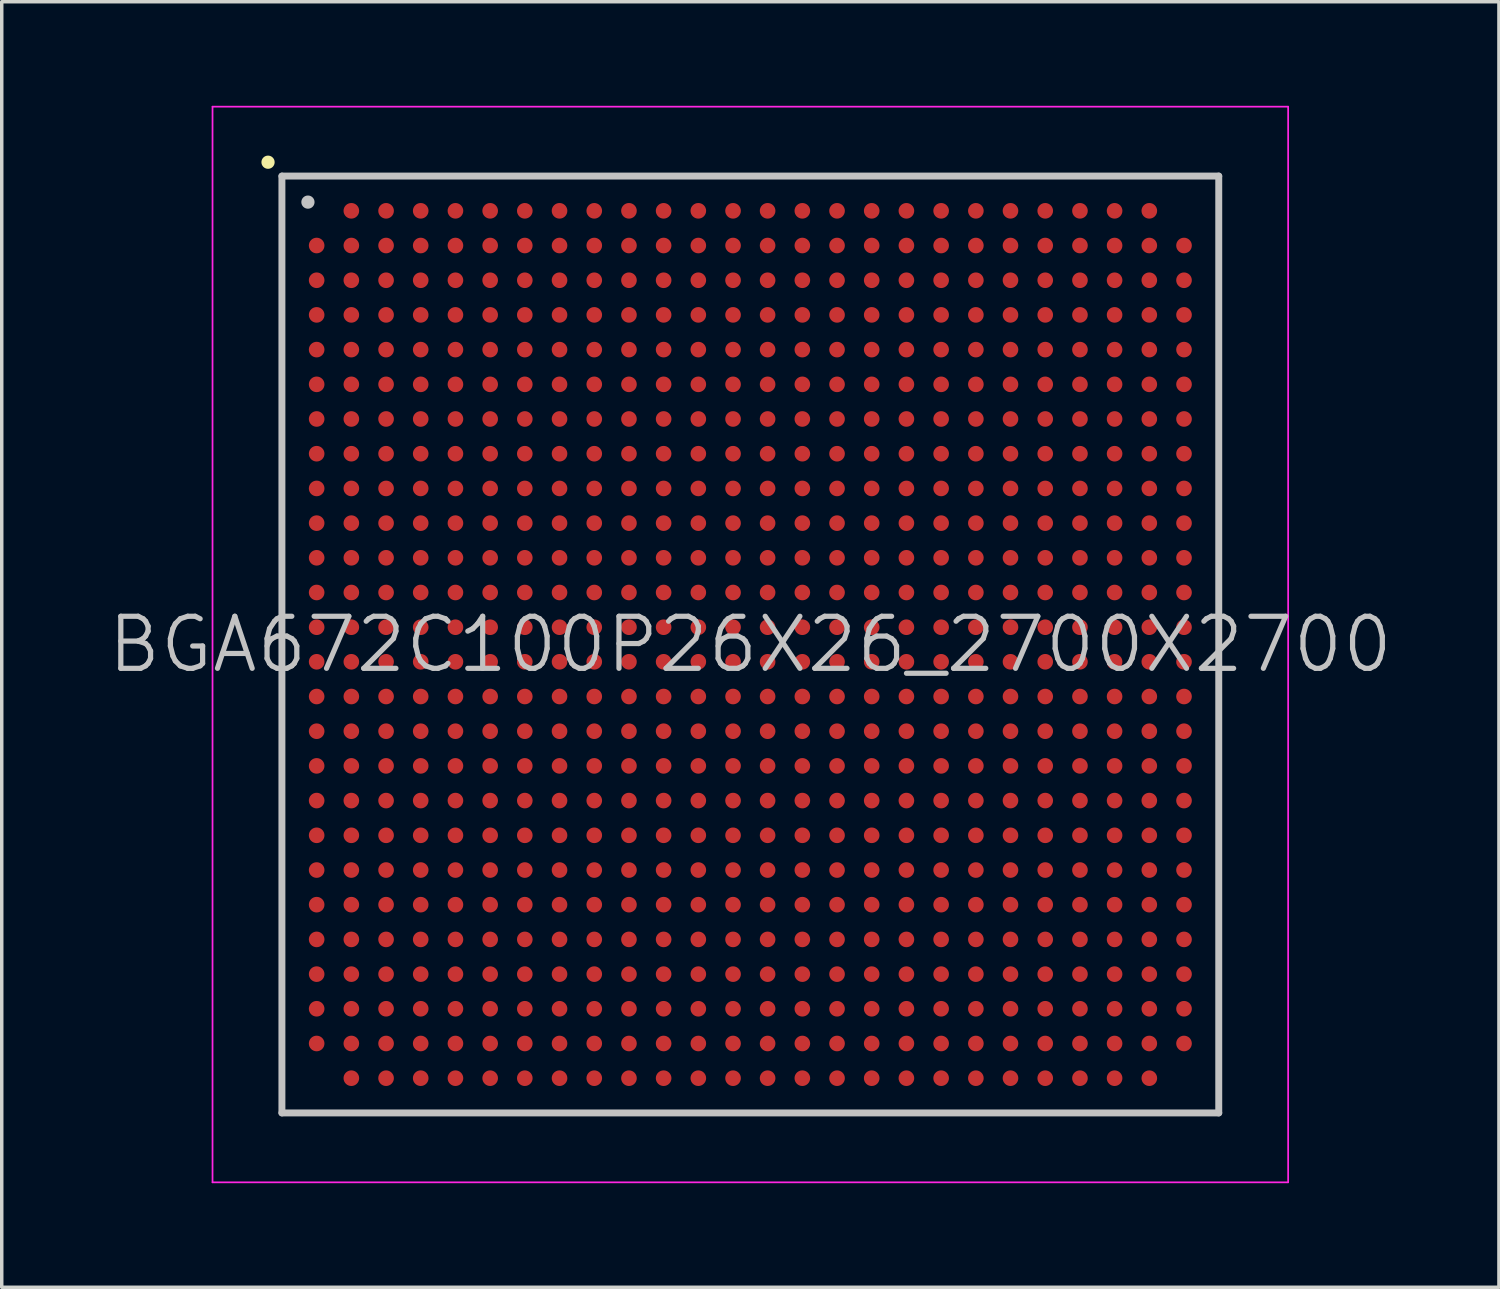
<source format=kicad_pcb>
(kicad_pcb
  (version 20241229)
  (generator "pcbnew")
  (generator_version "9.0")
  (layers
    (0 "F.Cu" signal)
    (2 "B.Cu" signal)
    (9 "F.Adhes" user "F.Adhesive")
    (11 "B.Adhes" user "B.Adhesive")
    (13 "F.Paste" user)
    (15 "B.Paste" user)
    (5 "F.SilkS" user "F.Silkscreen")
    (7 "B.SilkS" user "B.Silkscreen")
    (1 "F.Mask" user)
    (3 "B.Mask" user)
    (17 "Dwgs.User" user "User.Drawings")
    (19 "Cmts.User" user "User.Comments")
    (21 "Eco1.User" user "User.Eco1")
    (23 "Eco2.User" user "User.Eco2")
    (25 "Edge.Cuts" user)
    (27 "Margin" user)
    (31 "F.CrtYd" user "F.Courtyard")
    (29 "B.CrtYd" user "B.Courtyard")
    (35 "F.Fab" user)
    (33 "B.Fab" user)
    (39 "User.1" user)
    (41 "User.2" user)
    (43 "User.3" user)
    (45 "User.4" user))
  (footprint "BGA672C100P26X26_2700X2700"
    (layer "F.Cu")
    (at 18.575 15.525)
    (property "Reference" "BGA672C100P26X26_2700X2700" (at 0 0 0) (layer "Dwgs.User") (effects (font (size 1.5 1.5) (thickness 0.15))))
    (attr smd)
    (fp_line (start -13.9 -13.9) (end -13.9 -13.9) (stroke (width 0.381) (type solid)) (layer "F.SilkS"))
    (fp_line (start -13.5 -13.5) (end -13.5 13.5) (stroke (width 0.2) (type solid)) (layer "Dwgs.User"))
    (fp_line (start -13.5 -13.5) (end 13.5 -13.5) (stroke (width 0.2) (type solid)) (layer "Dwgs.User"))
    (fp_line (start -13.5 13.5) (end 13.5 13.5) (stroke (width 0.2) (type solid)) (layer "Dwgs.User"))
    (fp_line (start -12.75 -12.75) (end -12.75 -12.75) (stroke (width 0.381) (type solid)) (layer "Dwgs.User"))
    (fp_line (start 13.5 -13.5) (end 13.5 13.5) (stroke (width 0.2) (type solid)) (layer "Dwgs.User"))
    (fp_line (start -15.5 -15.5) (end -15.5 15.5) (stroke (width 0.05) (type solid)) (layer "F.CrtYd"))
    (fp_line (start -15.5 -15.5) (end 15.5 -15.5) (stroke (width 0.05) (type solid)) (layer "F.CrtYd"))
    (fp_line (start -15.5 15.5) (end 15.5 15.5) (stroke (width 0.05) (type solid)) (layer "F.CrtYd"))
    (fp_line (start 15.5 -15.5) (end 15.5 15.5) (stroke (width 0.05) (type solid)) (layer "F.CrtYd"))
    (pad "A2" smd circle (at -11.499 -12.499 270) (size 0.45 0.45) (layers "F.Cu" "F.Mask" "F.Paste"))
    (pad "A3" smd circle (at -10.498 -12.499 270) (size 0.45 0.45) (layers "F.Cu" "F.Mask" "F.Paste"))
    (pad "A4" smd circle (at -9.5 -12.499 270) (size 0.45 0.45) (layers "F.Cu" "F.Mask" "F.Paste"))
    (pad "A5" smd circle (at -8.499 -12.499 270) (size 0.45 0.45) (layers "F.Cu" "F.Mask" "F.Paste"))
    (pad "A6" smd circle (at -7.498 -12.499 270) (size 0.45 0.45) (layers "F.Cu" "F.Mask" "F.Paste"))
    (pad "A7" smd circle (at -6.5 -12.499 270) (size 0.45 0.45) (layers "F.Cu" "F.Mask" "F.Paste"))
    (pad "A8" smd circle (at -5.499 -12.499 270) (size 0.45 0.45) (layers "F.Cu" "F.Mask" "F.Paste"))
    (pad "A9" smd circle (at -4.498 -12.499 270) (size 0.45 0.45) (layers "F.Cu" "F.Mask" "F.Paste"))
    (pad "A10" smd circle (at -3.498 -12.499 270) (size 0.45 0.45) (layers "F.Cu" "F.Mask" "F.Paste"))
    (pad "A11" smd circle (at -2.499 -12.499 270) (size 0.45 0.45) (layers "F.Cu" "F.Mask" "F.Paste"))
    (pad "A12" smd circle (at -1.499 -12.499 270) (size 0.45 0.45) (layers "F.Cu" "F.Mask" "F.Paste"))
    (pad "A13" smd circle (at -0.498 -12.499 270) (size 0.45 0.45) (layers "F.Cu" "F.Mask" "F.Paste"))
    (pad "A14" smd circle (at 0.498 -12.499 270) (size 0.45 0.45) (layers "F.Cu" "F.Mask" "F.Paste"))
    (pad "A15" smd circle (at 1.499 -12.499 270) (size 0.45 0.45) (layers "F.Cu" "F.Mask" "F.Paste"))
    (pad "A16" smd circle (at 2.499 -12.499 270) (size 0.45 0.45) (layers "F.Cu" "F.Mask" "F.Paste"))
    (pad "A17" smd circle (at 3.498 -12.499 270) (size 0.45 0.45) (layers "F.Cu" "F.Mask" "F.Paste"))
    (pad "A18" smd circle (at 4.498 -12.499 270) (size 0.45 0.45) (layers "F.Cu" "F.Mask" "F.Paste"))
    (pad "A19" smd circle (at 5.499 -12.499 270) (size 0.45 0.45) (layers "F.Cu" "F.Mask" "F.Paste"))
    (pad "A20" smd circle (at 6.5 -12.499 270) (size 0.45 0.45) (layers "F.Cu" "F.Mask" "F.Paste"))
    (pad "A21" smd circle (at 7.498 -12.499 270) (size 0.45 0.45) (layers "F.Cu" "F.Mask" "F.Paste"))
    (pad "A22" smd circle (at 8.499 -12.499 270) (size 0.45 0.45) (layers "F.Cu" "F.Mask" "F.Paste"))
    (pad "A23" smd circle (at 9.5 -12.499 270) (size 0.45 0.45) (layers "F.Cu" "F.Mask" "F.Paste"))
    (pad "A24" smd circle (at 10.498 -12.499 270) (size 0.45 0.45) (layers "F.Cu" "F.Mask" "F.Paste"))
    (pad "A25" smd circle (at 11.499 -12.499 270) (size 0.45 0.45) (layers "F.Cu" "F.Mask" "F.Paste"))
    (pad "AA1" smd circle (at -12.499 7.498 270) (size 0.45 0.45) (layers "F.Cu" "F.Mask" "F.Paste"))
    (pad "AA2" smd circle (at -11.499 7.498 270) (size 0.45 0.45) (layers "F.Cu" "F.Mask" "F.Paste"))
    (pad "AA3" smd circle (at -10.498 7.498 270) (size 0.45 0.45) (layers "F.Cu" "F.Mask" "F.Paste"))
    (pad "AA4" smd circle (at -9.5 7.498 270) (size 0.45 0.45) (layers "F.Cu" "F.Mask" "F.Paste"))
    (pad "AA5" smd circle (at -8.499 7.498 270) (size 0.45 0.45) (layers "F.Cu" "F.Mask" "F.Paste"))
    (pad "AA6" smd circle (at -7.498 7.498 270) (size 0.45 0.45) (layers "F.Cu" "F.Mask" "F.Paste"))
    (pad "AA7" smd circle (at -6.5 7.498 270) (size 0.45 0.45) (layers "F.Cu" "F.Mask" "F.Paste"))
    (pad "AA8" smd circle (at -5.499 7.498 270) (size 0.45 0.45) (layers "F.Cu" "F.Mask" "F.Paste"))
    (pad "AA9" smd circle (at -4.498 7.498 270) (size 0.45 0.45) (layers "F.Cu" "F.Mask" "F.Paste"))
    (pad "AA10" smd circle (at -3.498 7.498 270) (size 0.45 0.45) (layers "F.Cu" "F.Mask" "F.Paste"))
    (pad "AA11" smd circle (at -2.499 7.498 270) (size 0.45 0.45) (layers "F.Cu" "F.Mask" "F.Paste"))
    (pad "AA12" smd circle (at -1.499 7.498 270) (size 0.45 0.45) (layers "F.Cu" "F.Mask" "F.Paste"))
    (pad "AA13" smd circle (at -0.498 7.498 270) (size 0.45 0.45) (layers "F.Cu" "F.Mask" "F.Paste"))
    (pad "AA14" smd circle (at 0.498 7.498 270) (size 0.45 0.45) (layers "F.Cu" "F.Mask" "F.Paste"))
    (pad "AA15" smd circle (at 1.499 7.498 270) (size 0.45 0.45) (layers "F.Cu" "F.Mask" "F.Paste"))
    (pad "AA16" smd circle (at 2.499 7.498 270) (size 0.45 0.45) (layers "F.Cu" "F.Mask" "F.Paste"))
    (pad "AA17" smd circle (at 3.498 7.498 270) (size 0.45 0.45) (layers "F.Cu" "F.Mask" "F.Paste"))
    (pad "AA18" smd circle (at 4.498 7.498 270) (size 0.45 0.45) (layers "F.Cu" "F.Mask" "F.Paste"))
    (pad "AA19" smd circle (at 5.499 7.498 270) (size 0.45 0.45) (layers "F.Cu" "F.Mask" "F.Paste"))
    (pad "AA20" smd circle (at 6.5 7.498 270) (size 0.45 0.45) (layers "F.Cu" "F.Mask" "F.Paste"))
    (pad "AA21" smd circle (at 7.498 7.498 270) (size 0.45 0.45) (layers "F.Cu" "F.Mask" "F.Paste"))
    (pad "AA22" smd circle (at 8.499 7.498 270) (size 0.45 0.45) (layers "F.Cu" "F.Mask" "F.Paste"))
    (pad "AA23" smd circle (at 9.5 7.498 270) (size 0.45 0.45) (layers "F.Cu" "F.Mask" "F.Paste"))
    (pad "AA24" smd circle (at 10.498 7.498 270) (size 0.45 0.45) (layers "F.Cu" "F.Mask" "F.Paste"))
    (pad "AA25" smd circle (at 11.499 7.498 270) (size 0.45 0.45) (layers "F.Cu" "F.Mask" "F.Paste"))
    (pad "AA26" smd circle (at 12.499 7.498 270) (size 0.45 0.45) (layers "F.Cu" "F.Mask" "F.Paste"))
    (pad "AB1" smd circle (at -12.499 8.499 270) (size 0.45 0.45) (layers "F.Cu" "F.Mask" "F.Paste"))
    (pad "AB2" smd circle (at -11.499 8.499 270) (size 0.45 0.45) (layers "F.Cu" "F.Mask" "F.Paste"))
    (pad "AB3" smd circle (at -10.498 8.499 270) (size 0.45 0.45) (layers "F.Cu" "F.Mask" "F.Paste"))
    (pad "AB4" smd circle (at -9.5 8.499 270) (size 0.45 0.45) (layers "F.Cu" "F.Mask" "F.Paste"))
    (pad "AB5" smd circle (at -8.499 8.499 270) (size 0.45 0.45) (layers "F.Cu" "F.Mask" "F.Paste"))
    (pad "AB6" smd circle (at -7.498 8.499 270) (size 0.45 0.45) (layers "F.Cu" "F.Mask" "F.Paste"))
    (pad "AB7" smd circle (at -6.5 8.499 270) (size 0.45 0.45) (layers "F.Cu" "F.Mask" "F.Paste"))
    (pad "AB8" smd circle (at -5.499 8.499 270) (size 0.45 0.45) (layers "F.Cu" "F.Mask" "F.Paste"))
    (pad "AB9" smd circle (at -4.498 8.499 270) (size 0.45 0.45) (layers "F.Cu" "F.Mask" "F.Paste"))
    (pad "AB10" smd circle (at -3.498 8.499 270) (size 0.45 0.45) (layers "F.Cu" "F.Mask" "F.Paste"))
    (pad "AB11" smd circle (at -2.499 8.499 270) (size 0.45 0.45) (layers "F.Cu" "F.Mask" "F.Paste"))
    (pad "AB12" smd circle (at -1.499 8.499 270) (size 0.45 0.45) (layers "F.Cu" "F.Mask" "F.Paste"))
    (pad "AB13" smd circle (at -0.498 8.499 270) (size 0.45 0.45) (layers "F.Cu" "F.Mask" "F.Paste"))
    (pad "AB14" smd circle (at 0.498 8.499 270) (size 0.45 0.45) (layers "F.Cu" "F.Mask" "F.Paste"))
    (pad "AB15" smd circle (at 1.499 8.499 270) (size 0.45 0.45) (layers "F.Cu" "F.Mask" "F.Paste"))
    (pad "AB16" smd circle (at 2.499 8.499 270) (size 0.45 0.45) (layers "F.Cu" "F.Mask" "F.Paste"))
    (pad "AB17" smd circle (at 3.498 8.499 270) (size 0.45 0.45) (layers "F.Cu" "F.Mask" "F.Paste"))
    (pad "AB18" smd circle (at 4.498 8.499 270) (size 0.45 0.45) (layers "F.Cu" "F.Mask" "F.Paste"))
    (pad "AB19" smd circle (at 5.499 8.499 270) (size 0.45 0.45) (layers "F.Cu" "F.Mask" "F.Paste"))
    (pad "AB20" smd circle (at 6.5 8.499 270) (size 0.45 0.45) (layers "F.Cu" "F.Mask" "F.Paste"))
    (pad "AB21" smd circle (at 7.498 8.499 270) (size 0.45 0.45) (layers "F.Cu" "F.Mask" "F.Paste"))
    (pad "AB22" smd circle (at 8.499 8.499 270) (size 0.45 0.45) (layers "F.Cu" "F.Mask" "F.Paste"))
    (pad "AB23" smd circle (at 9.5 8.499 270) (size 0.45 0.45) (layers "F.Cu" "F.Mask" "F.Paste"))
    (pad "AB24" smd circle (at 10.498 8.499 270) (size 0.45 0.45) (layers "F.Cu" "F.Mask" "F.Paste"))
    (pad "AB25" smd circle (at 11.499 8.499 270) (size 0.45 0.45) (layers "F.Cu" "F.Mask" "F.Paste"))
    (pad "AB26" smd circle (at 12.499 8.499 270) (size 0.45 0.45) (layers "F.Cu" "F.Mask" "F.Paste"))
    (pad "AC1" smd circle (at -12.499 9.5 270) (size 0.45 0.45) (layers "F.Cu" "F.Mask" "F.Paste"))
    (pad "AC2" smd circle (at -11.499 9.5 270) (size 0.45 0.45) (layers "F.Cu" "F.Mask" "F.Paste"))
    (pad "AC3" smd circle (at -10.498 9.5 270) (size 0.45 0.45) (layers "F.Cu" "F.Mask" "F.Paste"))
    (pad "AC4" smd circle (at -9.5 9.5 270) (size 0.45 0.45) (layers "F.Cu" "F.Mask" "F.Paste"))
    (pad "AC5" smd circle (at -8.499 9.5 270) (size 0.45 0.45) (layers "F.Cu" "F.Mask" "F.Paste"))
    (pad "AC6" smd circle (at -7.498 9.5 270) (size 0.45 0.45) (layers "F.Cu" "F.Mask" "F.Paste"))
    (pad "AC7" smd circle (at -6.5 9.5 270) (size 0.45 0.45) (layers "F.Cu" "F.Mask" "F.Paste"))
    (pad "AC8" smd circle (at -5.499 9.5 270) (size 0.45 0.45) (layers "F.Cu" "F.Mask" "F.Paste"))
    (pad "AC9" smd circle (at -4.498 9.5 270) (size 0.45 0.45) (layers "F.Cu" "F.Mask" "F.Paste"))
    (pad "AC10" smd circle (at -3.498 9.5 270) (size 0.45 0.45) (layers "F.Cu" "F.Mask" "F.Paste"))
    (pad "AC11" smd circle (at -2.499 9.5 270) (size 0.45 0.45) (layers "F.Cu" "F.Mask" "F.Paste"))
    (pad "AC12" smd circle (at -1.499 9.5 270) (size 0.45 0.45) (layers "F.Cu" "F.Mask" "F.Paste"))
    (pad "AC13" smd circle (at -0.498 9.5 270) (size 0.45 0.45) (layers "F.Cu" "F.Mask" "F.Paste"))
    (pad "AC14" smd circle (at 0.498 9.5 270) (size 0.45 0.45) (layers "F.Cu" "F.Mask" "F.Paste"))
    (pad "AC15" smd circle (at 1.499 9.5 270) (size 0.45 0.45) (layers "F.Cu" "F.Mask" "F.Paste"))
    (pad "AC16" smd circle (at 2.499 9.5 270) (size 0.45 0.45) (layers "F.Cu" "F.Mask" "F.Paste"))
    (pad "AC17" smd circle (at 3.498 9.5 270) (size 0.45 0.45) (layers "F.Cu" "F.Mask" "F.Paste"))
    (pad "AC18" smd circle (at 4.498 9.5 270) (size 0.45 0.45) (layers "F.Cu" "F.Mask" "F.Paste"))
    (pad "AC19" smd circle (at 5.499 9.5 270) (size 0.45 0.45) (layers "F.Cu" "F.Mask" "F.Paste"))
    (pad "AC20" smd circle (at 6.5 9.5 270) (size 0.45 0.45) (layers "F.Cu" "F.Mask" "F.Paste"))
    (pad "AC21" smd circle (at 7.498 9.5 270) (size 0.45 0.45) (layers "F.Cu" "F.Mask" "F.Paste"))
    (pad "AC22" smd circle (at 8.499 9.5 270) (size 0.45 0.45) (layers "F.Cu" "F.Mask" "F.Paste"))
    (pad "AC23" smd circle (at 9.5 9.5 270) (size 0.45 0.45) (layers "F.Cu" "F.Mask" "F.Paste"))
    (pad "AC24" smd circle (at 10.498 9.5 270) (size 0.45 0.45) (layers "F.Cu" "F.Mask" "F.Paste"))
    (pad "AC25" smd circle (at 11.499 9.5 270) (size 0.45 0.45) (layers "F.Cu" "F.Mask" "F.Paste"))
    (pad "AC26" smd circle (at 12.499 9.5 270) (size 0.45 0.45) (layers "F.Cu" "F.Mask" "F.Paste"))
    (pad "AD1" smd circle (at -12.499 10.498 270) (size 0.45 0.45) (layers "F.Cu" "F.Mask" "F.Paste"))
    (pad "AD2" smd circle (at -11.499 10.498 270) (size 0.45 0.45) (layers "F.Cu" "F.Mask" "F.Paste"))
    (pad "AD3" smd circle (at -10.498 10.498 270) (size 0.45 0.45) (layers "F.Cu" "F.Mask" "F.Paste"))
    (pad "AD4" smd circle (at -9.5 10.498 270) (size 0.45 0.45) (layers "F.Cu" "F.Mask" "F.Paste"))
    (pad "AD5" smd circle (at -8.499 10.498 270) (size 0.45 0.45) (layers "F.Cu" "F.Mask" "F.Paste"))
    (pad "AD6" smd circle (at -7.498 10.498 270) (size 0.45 0.45) (layers "F.Cu" "F.Mask" "F.Paste"))
    (pad "AD7" smd circle (at -6.5 10.498 270) (size 0.45 0.45) (layers "F.Cu" "F.Mask" "F.Paste"))
    (pad "AD8" smd circle (at -5.499 10.498 270) (size 0.45 0.45) (layers "F.Cu" "F.Mask" "F.Paste"))
    (pad "AD9" smd circle (at -4.498 10.498 270) (size 0.45 0.45) (layers "F.Cu" "F.Mask" "F.Paste"))
    (pad "AD10" smd circle (at -3.498 10.498 270) (size 0.45 0.45) (layers "F.Cu" "F.Mask" "F.Paste"))
    (pad "AD11" smd circle (at -2.499 10.498 270) (size 0.45 0.45) (layers "F.Cu" "F.Mask" "F.Paste"))
    (pad "AD12" smd circle (at -1.499 10.498 270) (size 0.45 0.45) (layers "F.Cu" "F.Mask" "F.Paste"))
    (pad "AD13" smd circle (at -0.498 10.498 270) (size 0.45 0.45) (layers "F.Cu" "F.Mask" "F.Paste"))
    (pad "AD14" smd circle (at 0.498 10.498 270) (size 0.45 0.45) (layers "F.Cu" "F.Mask" "F.Paste"))
    (pad "AD15" smd circle (at 1.499 10.498 270) (size 0.45 0.45) (layers "F.Cu" "F.Mask" "F.Paste"))
    (pad "AD16" smd circle (at 2.499 10.498 270) (size 0.45 0.45) (layers "F.Cu" "F.Mask" "F.Paste"))
    (pad "AD17" smd circle (at 3.498 10.498 270) (size 0.45 0.45) (layers "F.Cu" "F.Mask" "F.Paste"))
    (pad "AD18" smd circle (at 4.498 10.498 270) (size 0.45 0.45) (layers "F.Cu" "F.Mask" "F.Paste"))
    (pad "AD19" smd circle (at 5.499 10.498 270) (size 0.45 0.45) (layers "F.Cu" "F.Mask" "F.Paste"))
    (pad "AD20" smd circle (at 6.5 10.498 270) (size 0.45 0.45) (layers "F.Cu" "F.Mask" "F.Paste"))
    (pad "AD21" smd circle (at 7.498 10.498 270) (size 0.45 0.45) (layers "F.Cu" "F.Mask" "F.Paste"))
    (pad "AD22" smd circle (at 8.499 10.498 270) (size 0.45 0.45) (layers "F.Cu" "F.Mask" "F.Paste"))
    (pad "AD23" smd circle (at 9.5 10.498 270) (size 0.45 0.45) (layers "F.Cu" "F.Mask" "F.Paste"))
    (pad "AD24" smd circle (at 10.498 10.498 270) (size 0.45 0.45) (layers "F.Cu" "F.Mask" "F.Paste"))
    (pad "AD25" smd circle (at 11.499 10.498 270) (size 0.45 0.45) (layers "F.Cu" "F.Mask" "F.Paste"))
    (pad "AD26" smd circle (at 12.499 10.498 270) (size 0.45 0.45) (layers "F.Cu" "F.Mask" "F.Paste"))
    (pad "AE1" smd circle (at -12.499 11.499 270) (size 0.45 0.45) (layers "F.Cu" "F.Mask" "F.Paste"))
    (pad "AE2" smd circle (at -11.499 11.499 270) (size 0.45 0.45) (layers "F.Cu" "F.Mask" "F.Paste"))
    (pad "AE3" smd circle (at -10.498 11.499 270) (size 0.45 0.45) (layers "F.Cu" "F.Mask" "F.Paste"))
    (pad "AE4" smd circle (at -9.5 11.499 270) (size 0.45 0.45) (layers "F.Cu" "F.Mask" "F.Paste"))
    (pad "AE5" smd circle (at -8.499 11.499 270) (size 0.45 0.45) (layers "F.Cu" "F.Mask" "F.Paste"))
    (pad "AE6" smd circle (at -7.498 11.499 270) (size 0.45 0.45) (layers "F.Cu" "F.Mask" "F.Paste"))
    (pad "AE7" smd circle (at -6.5 11.499 270) (size 0.45 0.45) (layers "F.Cu" "F.Mask" "F.Paste"))
    (pad "AE8" smd circle (at -5.499 11.499 270) (size 0.45 0.45) (layers "F.Cu" "F.Mask" "F.Paste"))
    (pad "AE9" smd circle (at -4.498 11.499 270) (size 0.45 0.45) (layers "F.Cu" "F.Mask" "F.Paste"))
    (pad "AE10" smd circle (at -3.498 11.499 270) (size 0.45 0.45) (layers "F.Cu" "F.Mask" "F.Paste"))
    (pad "AE11" smd circle (at -2.499 11.499 270) (size 0.45 0.45) (layers "F.Cu" "F.Mask" "F.Paste"))
    (pad "AE12" smd circle (at -1.499 11.499 270) (size 0.45 0.45) (layers "F.Cu" "F.Mask" "F.Paste"))
    (pad "AE13" smd circle (at -0.498 11.499 270) (size 0.45 0.45) (layers "F.Cu" "F.Mask" "F.Paste"))
    (pad "AE14" smd circle (at 0.498 11.499 270) (size 0.45 0.45) (layers "F.Cu" "F.Mask" "F.Paste"))
    (pad "AE15" smd circle (at 1.499 11.499 270) (size 0.45 0.45) (layers "F.Cu" "F.Mask" "F.Paste"))
    (pad "AE16" smd circle (at 2.499 11.499 270) (size 0.45 0.45) (layers "F.Cu" "F.Mask" "F.Paste"))
    (pad "AE17" smd circle (at 3.498 11.499 270) (size 0.45 0.45) (layers "F.Cu" "F.Mask" "F.Paste"))
    (pad "AE18" smd circle (at 4.498 11.499 270) (size 0.45 0.45) (layers "F.Cu" "F.Mask" "F.Paste"))
    (pad "AE19" smd circle (at 5.499 11.499 270) (size 0.45 0.45) (layers "F.Cu" "F.Mask" "F.Paste"))
    (pad "AE20" smd circle (at 6.5 11.499 270) (size 0.45 0.45) (layers "F.Cu" "F.Mask" "F.Paste"))
    (pad "AE21" smd circle (at 7.498 11.499 270) (size 0.45 0.45) (layers "F.Cu" "F.Mask" "F.Paste"))
    (pad "AE22" smd circle (at 8.499 11.499 270) (size 0.45 0.45) (layers "F.Cu" "F.Mask" "F.Paste"))
    (pad "AE23" smd circle (at 9.5 11.499 270) (size 0.45 0.45) (layers "F.Cu" "F.Mask" "F.Paste"))
    (pad "AE24" smd circle (at 10.498 11.499 270) (size 0.45 0.45) (layers "F.Cu" "F.Mask" "F.Paste"))
    (pad "AE25" smd circle (at 11.499 11.499 270) (size 0.45 0.45) (layers "F.Cu" "F.Mask" "F.Paste"))
    (pad "AE26" smd circle (at 12.499 11.499 270) (size 0.45 0.45) (layers "F.Cu" "F.Mask" "F.Paste"))
    (pad "AF2" smd circle (at -11.499 12.499 270) (size 0.45 0.45) (layers "F.Cu" "F.Mask" "F.Paste"))
    (pad "AF3" smd circle (at -10.498 12.499 270) (size 0.45 0.45) (layers "F.Cu" "F.Mask" "F.Paste"))
    (pad "AF4" smd circle (at -9.5 12.499 270) (size 0.45 0.45) (layers "F.Cu" "F.Mask" "F.Paste"))
    (pad "AF5" smd circle (at -8.499 12.499 270) (size 0.45 0.45) (layers "F.Cu" "F.Mask" "F.Paste"))
    (pad "AF6" smd circle (at -7.498 12.499 270) (size 0.45 0.45) (layers "F.Cu" "F.Mask" "F.Paste"))
    (pad "AF7" smd circle (at -6.5 12.499 270) (size 0.45 0.45) (layers "F.Cu" "F.Mask" "F.Paste"))
    (pad "AF8" smd circle (at -5.499 12.499 270) (size 0.45 0.45) (layers "F.Cu" "F.Mask" "F.Paste"))
    (pad "AF9" smd circle (at -4.498 12.499 270) (size 0.45 0.45) (layers "F.Cu" "F.Mask" "F.Paste"))
    (pad "AF10" smd circle (at -3.498 12.499 270) (size 0.45 0.45) (layers "F.Cu" "F.Mask" "F.Paste"))
    (pad "AF11" smd circle (at -2.499 12.499 270) (size 0.45 0.45) (layers "F.Cu" "F.Mask" "F.Paste"))
    (pad "AF12" smd circle (at -1.499 12.499 270) (size 0.45 0.45) (layers "F.Cu" "F.Mask" "F.Paste"))
    (pad "AF13" smd circle (at -0.498 12.499 270) (size 0.45 0.45) (layers "F.Cu" "F.Mask" "F.Paste"))
    (pad "AF14" smd circle (at 0.498 12.499 270) (size 0.45 0.45) (layers "F.Cu" "F.Mask" "F.Paste"))
    (pad "AF15" smd circle (at 1.499 12.499 270) (size 0.45 0.45) (layers "F.Cu" "F.Mask" "F.Paste"))
    (pad "AF16" smd circle (at 2.499 12.499 270) (size 0.45 0.45) (layers "F.Cu" "F.Mask" "F.Paste"))
    (pad "AF17" smd circle (at 3.498 12.499 270) (size 0.45 0.45) (layers "F.Cu" "F.Mask" "F.Paste"))
    (pad "AF18" smd circle (at 4.498 12.499 270) (size 0.45 0.45) (layers "F.Cu" "F.Mask" "F.Paste"))
    (pad "AF19" smd circle (at 5.499 12.499 270) (size 0.45 0.45) (layers "F.Cu" "F.Mask" "F.Paste"))
    (pad "AF20" smd circle (at 6.5 12.499 270) (size 0.45 0.45) (layers "F.Cu" "F.Mask" "F.Paste"))
    (pad "AF21" smd circle (at 7.498 12.499 270) (size 0.45 0.45) (layers "F.Cu" "F.Mask" "F.Paste"))
    (pad "AF22" smd circle (at 8.499 12.499 270) (size 0.45 0.45) (layers "F.Cu" "F.Mask" "F.Paste"))
    (pad "AF23" smd circle (at 9.5 12.499 270) (size 0.45 0.45) (layers "F.Cu" "F.Mask" "F.Paste"))
    (pad "AF24" smd circle (at 10.498 12.499 270) (size 0.45 0.45) (layers "F.Cu" "F.Mask" "F.Paste"))
    (pad "AF25" smd circle (at 11.499 12.499 270) (size 0.45 0.45) (layers "F.Cu" "F.Mask" "F.Paste"))
    (pad "B1" smd circle (at -12.499 -11.499 270) (size 0.45 0.45) (layers "F.Cu" "F.Mask" "F.Paste"))
    (pad "B2" smd circle (at -11.499 -11.499 270) (size 0.45 0.45) (layers "F.Cu" "F.Mask" "F.Paste"))
    (pad "B3" smd circle (at -10.498 -11.499 270) (size 0.45 0.45) (layers "F.Cu" "F.Mask" "F.Paste"))
    (pad "B4" smd circle (at -9.5 -11.499 270) (size 0.45 0.45) (layers "F.Cu" "F.Mask" "F.Paste"))
    (pad "B5" smd circle (at -8.499 -11.499 270) (size 0.45 0.45) (layers "F.Cu" "F.Mask" "F.Paste"))
    (pad "B6" smd circle (at -7.498 -11.499 270) (size 0.45 0.45) (layers "F.Cu" "F.Mask" "F.Paste"))
    (pad "B7" smd circle (at -6.5 -11.499 270) (size 0.45 0.45) (layers "F.Cu" "F.Mask" "F.Paste"))
    (pad "B8" smd circle (at -5.499 -11.499 270) (size 0.45 0.45) (layers "F.Cu" "F.Mask" "F.Paste"))
    (pad "B9" smd circle (at -4.498 -11.499 270) (size 0.45 0.45) (layers "F.Cu" "F.Mask" "F.Paste"))
    (pad "B10" smd circle (at -3.498 -11.499 270) (size 0.45 0.45) (layers "F.Cu" "F.Mask" "F.Paste"))
    (pad "B11" smd circle (at -2.499 -11.499 270) (size 0.45 0.45) (layers "F.Cu" "F.Mask" "F.Paste"))
    (pad "B12" smd circle (at -1.499 -11.499 270) (size 0.45 0.45) (layers "F.Cu" "F.Mask" "F.Paste"))
    (pad "B13" smd circle (at -0.498 -11.499 270) (size 0.45 0.45) (layers "F.Cu" "F.Mask" "F.Paste"))
    (pad "B14" smd circle (at 0.498 -11.499 270) (size 0.45 0.45) (layers "F.Cu" "F.Mask" "F.Paste"))
    (pad "B15" smd circle (at 1.499 -11.499 270) (size 0.45 0.45) (layers "F.Cu" "F.Mask" "F.Paste"))
    (pad "B16" smd circle (at 2.499 -11.499 270) (size 0.45 0.45) (layers "F.Cu" "F.Mask" "F.Paste"))
    (pad "B17" smd circle (at 3.498 -11.499 270) (size 0.45 0.45) (layers "F.Cu" "F.Mask" "F.Paste"))
    (pad "B18" smd circle (at 4.498 -11.499 270) (size 0.45 0.45) (layers "F.Cu" "F.Mask" "F.Paste"))
    (pad "B19" smd circle (at 5.499 -11.499 270) (size 0.45 0.45) (layers "F.Cu" "F.Mask" "F.Paste"))
    (pad "B20" smd circle (at 6.5 -11.499 270) (size 0.45 0.45) (layers "F.Cu" "F.Mask" "F.Paste"))
    (pad "B21" smd circle (at 7.498 -11.499 270) (size 0.45 0.45) (layers "F.Cu" "F.Mask" "F.Paste"))
    (pad "B22" smd circle (at 8.499 -11.499 270) (size 0.45 0.45) (layers "F.Cu" "F.Mask" "F.Paste"))
    (pad "B23" smd circle (at 9.5 -11.499 270) (size 0.45 0.45) (layers "F.Cu" "F.Mask" "F.Paste"))
    (pad "B24" smd circle (at 10.498 -11.499 270) (size 0.45 0.45) (layers "F.Cu" "F.Mask" "F.Paste"))
    (pad "B25" smd circle (at 11.499 -11.499 270) (size 0.45 0.45) (layers "F.Cu" "F.Mask" "F.Paste"))
    (pad "B26" smd circle (at 12.499 -11.499 270) (size 0.45 0.45) (layers "F.Cu" "F.Mask" "F.Paste"))
    (pad "C1" smd circle (at -12.499 -10.498 270) (size 0.45 0.45) (layers "F.Cu" "F.Mask" "F.Paste"))
    (pad "C2" smd circle (at -11.499 -10.498 270) (size 0.45 0.45) (layers "F.Cu" "F.Mask" "F.Paste"))
    (pad "C3" smd circle (at -10.498 -10.498 270) (size 0.45 0.45) (layers "F.Cu" "F.Mask" "F.Paste"))
    (pad "C4" smd circle (at -9.5 -10.498 270) (size 0.45 0.45) (layers "F.Cu" "F.Mask" "F.Paste"))
    (pad "C5" smd circle (at -8.499 -10.498 270) (size 0.45 0.45) (layers "F.Cu" "F.Mask" "F.Paste"))
    (pad "C6" smd circle (at -7.498 -10.498 270) (size 0.45 0.45) (layers "F.Cu" "F.Mask" "F.Paste"))
    (pad "C7" smd circle (at -6.5 -10.498 270) (size 0.45 0.45) (layers "F.Cu" "F.Mask" "F.Paste"))
    (pad "C8" smd circle (at -5.499 -10.498 270) (size 0.45 0.45) (layers "F.Cu" "F.Mask" "F.Paste"))
    (pad "C9" smd circle (at -4.498 -10.498 270) (size 0.45 0.45) (layers "F.Cu" "F.Mask" "F.Paste"))
    (pad "C10" smd circle (at -3.498 -10.498 270) (size 0.45 0.45) (layers "F.Cu" "F.Mask" "F.Paste"))
    (pad "C11" smd circle (at -2.499 -10.498 270) (size 0.45 0.45) (layers "F.Cu" "F.Mask" "F.Paste"))
    (pad "C12" smd circle (at -1.499 -10.498 270) (size 0.45 0.45) (layers "F.Cu" "F.Mask" "F.Paste"))
    (pad "C13" smd circle (at -0.498 -10.498 270) (size 0.45 0.45) (layers "F.Cu" "F.Mask" "F.Paste"))
    (pad "C14" smd circle (at 0.498 -10.498 270) (size 0.45 0.45) (layers "F.Cu" "F.Mask" "F.Paste"))
    (pad "C15" smd circle (at 1.499 -10.498 270) (size 0.45 0.45) (layers "F.Cu" "F.Mask" "F.Paste"))
    (pad "C16" smd circle (at 2.499 -10.498 270) (size 0.45 0.45) (layers "F.Cu" "F.Mask" "F.Paste"))
    (pad "C17" smd circle (at 3.498 -10.498 270) (size 0.45 0.45) (layers "F.Cu" "F.Mask" "F.Paste"))
    (pad "C18" smd circle (at 4.498 -10.498 270) (size 0.45 0.45) (layers "F.Cu" "F.Mask" "F.Paste"))
    (pad "C19" smd circle (at 5.499 -10.498 270) (size 0.45 0.45) (layers "F.Cu" "F.Mask" "F.Paste"))
    (pad "C20" smd circle (at 6.5 -10.498 270) (size 0.45 0.45) (layers "F.Cu" "F.Mask" "F.Paste"))
    (pad "C21" smd circle (at 7.498 -10.498 270) (size 0.45 0.45) (layers "F.Cu" "F.Mask" "F.Paste"))
    (pad "C22" smd circle (at 8.499 -10.498 270) (size 0.45 0.45) (layers "F.Cu" "F.Mask" "F.Paste"))
    (pad "C23" smd circle (at 9.5 -10.498 270) (size 0.45 0.45) (layers "F.Cu" "F.Mask" "F.Paste"))
    (pad "C24" smd circle (at 10.498 -10.498 270) (size 0.45 0.45) (layers "F.Cu" "F.Mask" "F.Paste"))
    (pad "C25" smd circle (at 11.499 -10.498 270) (size 0.45 0.45) (layers "F.Cu" "F.Mask" "F.Paste"))
    (pad "C26" smd circle (at 12.499 -10.498 270) (size 0.45 0.45) (layers "F.Cu" "F.Mask" "F.Paste"))
    (pad "D1" smd circle (at -12.499 -9.5 270) (size 0.45 0.45) (layers "F.Cu" "F.Mask" "F.Paste"))
    (pad "D2" smd circle (at -11.499 -9.5 270) (size 0.45 0.45) (layers "F.Cu" "F.Mask" "F.Paste"))
    (pad "D3" smd circle (at -10.498 -9.5 270) (size 0.45 0.45) (layers "F.Cu" "F.Mask" "F.Paste"))
    (pad "D4" smd circle (at -9.5 -9.5 270) (size 0.45 0.45) (layers "F.Cu" "F.Mask" "F.Paste"))
    (pad "D5" smd circle (at -8.499 -9.5 270) (size 0.45 0.45) (layers "F.Cu" "F.Mask" "F.Paste"))
    (pad "D6" smd circle (at -7.498 -9.5 270) (size 0.45 0.45) (layers "F.Cu" "F.Mask" "F.Paste"))
    (pad "D7" smd circle (at -6.5 -9.5 270) (size 0.45 0.45) (layers "F.Cu" "F.Mask" "F.Paste"))
    (pad "D8" smd circle (at -5.499 -9.5 270) (size 0.45 0.45) (layers "F.Cu" "F.Mask" "F.Paste"))
    (pad "D9" smd circle (at -4.498 -9.5 270) (size 0.45 0.45) (layers "F.Cu" "F.Mask" "F.Paste"))
    (pad "D10" smd circle (at -3.498 -9.5 270) (size 0.45 0.45) (layers "F.Cu" "F.Mask" "F.Paste"))
    (pad "D11" smd circle (at -2.499 -9.5 270) (size 0.45 0.45) (layers "F.Cu" "F.Mask" "F.Paste"))
    (pad "D12" smd circle (at -1.499 -9.5 270) (size 0.45 0.45) (layers "F.Cu" "F.Mask" "F.Paste"))
    (pad "D13" smd circle (at -0.498 -9.5 270) (size 0.45 0.45) (layers "F.Cu" "F.Mask" "F.Paste"))
    (pad "D14" smd circle (at 0.498 -9.5 270) (size 0.45 0.45) (layers "F.Cu" "F.Mask" "F.Paste"))
    (pad "D15" smd circle (at 1.499 -9.5 270) (size 0.45 0.45) (layers "F.Cu" "F.Mask" "F.Paste"))
    (pad "D16" smd circle (at 2.499 -9.5 270) (size 0.45 0.45) (layers "F.Cu" "F.Mask" "F.Paste"))
    (pad "D17" smd circle (at 3.498 -9.5 270) (size 0.45 0.45) (layers "F.Cu" "F.Mask" "F.Paste"))
    (pad "D18" smd circle (at 4.498 -9.5 270) (size 0.45 0.45) (layers "F.Cu" "F.Mask" "F.Paste"))
    (pad "D19" smd circle (at 5.499 -9.5 270) (size 0.45 0.45) (layers "F.Cu" "F.Mask" "F.Paste"))
    (pad "D20" smd circle (at 6.5 -9.5 270) (size 0.45 0.45) (layers "F.Cu" "F.Mask" "F.Paste"))
    (pad "D21" smd circle (at 7.498 -9.5 270) (size 0.45 0.45) (layers "F.Cu" "F.Mask" "F.Paste"))
    (pad "D22" smd circle (at 8.499 -9.5 270) (size 0.45 0.45) (layers "F.Cu" "F.Mask" "F.Paste"))
    (pad "D23" smd circle (at 9.5 -9.5 270) (size 0.45 0.45) (layers "F.Cu" "F.Mask" "F.Paste"))
    (pad "D24" smd circle (at 10.498 -9.5 270) (size 0.45 0.45) (layers "F.Cu" "F.Mask" "F.Paste"))
    (pad "D25" smd circle (at 11.499 -9.5 270) (size 0.45 0.45) (layers "F.Cu" "F.Mask" "F.Paste"))
    (pad "D26" smd circle (at 12.499 -9.5 270) (size 0.45 0.45) (layers "F.Cu" "F.Mask" "F.Paste"))
    (pad "E1" smd circle (at -12.499 -8.499 270) (size 0.45 0.45) (layers "F.Cu" "F.Mask" "F.Paste"))
    (pad "E2" smd circle (at -11.499 -8.499 270) (size 0.45 0.45) (layers "F.Cu" "F.Mask" "F.Paste"))
    (pad "E3" smd circle (at -10.498 -8.499 270) (size 0.45 0.45) (layers "F.Cu" "F.Mask" "F.Paste"))
    (pad "E4" smd circle (at -9.5 -8.499 270) (size 0.45 0.45) (layers "F.Cu" "F.Mask" "F.Paste"))
    (pad "E5" smd circle (at -8.499 -8.499 270) (size 0.45 0.45) (layers "F.Cu" "F.Mask" "F.Paste"))
    (pad "E6" smd circle (at -7.498 -8.499 270) (size 0.45 0.45) (layers "F.Cu" "F.Mask" "F.Paste"))
    (pad "E7" smd circle (at -6.5 -8.499 270) (size 0.45 0.45) (layers "F.Cu" "F.Mask" "F.Paste"))
    (pad "E8" smd circle (at -5.499 -8.499 270) (size 0.45 0.45) (layers "F.Cu" "F.Mask" "F.Paste"))
    (pad "E9" smd circle (at -4.498 -8.499 270) (size 0.45 0.45) (layers "F.Cu" "F.Mask" "F.Paste"))
    (pad "E10" smd circle (at -3.498 -8.499 270) (size 0.45 0.45) (layers "F.Cu" "F.Mask" "F.Paste"))
    (pad "E11" smd circle (at -2.499 -8.499 270) (size 0.45 0.45) (layers "F.Cu" "F.Mask" "F.Paste"))
    (pad "E12" smd circle (at -1.499 -8.499 270) (size 0.45 0.45) (layers "F.Cu" "F.Mask" "F.Paste"))
    (pad "E13" smd circle (at -0.498 -8.499 270) (size 0.45 0.45) (layers "F.Cu" "F.Mask" "F.Paste"))
    (pad "E14" smd circle (at 0.498 -8.499 270) (size 0.45 0.45) (layers "F.Cu" "F.Mask" "F.Paste"))
    (pad "E15" smd circle (at 1.499 -8.499 270) (size 0.45 0.45) (layers "F.Cu" "F.Mask" "F.Paste"))
    (pad "E16" smd circle (at 2.499 -8.499 270) (size 0.45 0.45) (layers "F.Cu" "F.Mask" "F.Paste"))
    (pad "E17" smd circle (at 3.498 -8.499 270) (size 0.45 0.45) (layers "F.Cu" "F.Mask" "F.Paste"))
    (pad "E18" smd circle (at 4.498 -8.499 270) (size 0.45 0.45) (layers "F.Cu" "F.Mask" "F.Paste"))
    (pad "E19" smd circle (at 5.499 -8.499 270) (size 0.45 0.45) (layers "F.Cu" "F.Mask" "F.Paste"))
    (pad "E20" smd circle (at 6.5 -8.499 270) (size 0.45 0.45) (layers "F.Cu" "F.Mask" "F.Paste"))
    (pad "E21" smd circle (at 7.498 -8.499 270) (size 0.45 0.45) (layers "F.Cu" "F.Mask" "F.Paste"))
    (pad "E22" smd circle (at 8.499 -8.499 270) (size 0.45 0.45) (layers "F.Cu" "F.Mask" "F.Paste"))
    (pad "E23" smd circle (at 9.5 -8.499 270) (size 0.45 0.45) (layers "F.Cu" "F.Mask" "F.Paste"))
    (pad "E24" smd circle (at 10.498 -8.499 270) (size 0.45 0.45) (layers "F.Cu" "F.Mask" "F.Paste"))
    (pad "E25" smd circle (at 11.499 -8.499 270) (size 0.45 0.45) (layers "F.Cu" "F.Mask" "F.Paste"))
    (pad "E26" smd circle (at 12.499 -8.499 270) (size 0.45 0.45) (layers "F.Cu" "F.Mask" "F.Paste"))
    (pad "F1" smd circle (at -12.499 -7.498 270) (size 0.45 0.45) (layers "F.Cu" "F.Mask" "F.Paste"))
    (pad "F2" smd circle (at -11.499 -7.498 270) (size 0.45 0.45) (layers "F.Cu" "F.Mask" "F.Paste"))
    (pad "F3" smd circle (at -10.498 -7.498 270) (size 0.45 0.45) (layers "F.Cu" "F.Mask" "F.Paste"))
    (pad "F4" smd circle (at -9.5 -7.498 270) (size 0.45 0.45) (layers "F.Cu" "F.Mask" "F.Paste"))
    (pad "F5" smd circle (at -8.499 -7.498 270) (size 0.45 0.45) (layers "F.Cu" "F.Mask" "F.Paste"))
    (pad "F6" smd circle (at -7.498 -7.498 270) (size 0.45 0.45) (layers "F.Cu" "F.Mask" "F.Paste"))
    (pad "F7" smd circle (at -6.5 -7.498 270) (size 0.45 0.45) (layers "F.Cu" "F.Mask" "F.Paste"))
    (pad "F8" smd circle (at -5.499 -7.498 270) (size 0.45 0.45) (layers "F.Cu" "F.Mask" "F.Paste"))
    (pad "F9" smd circle (at -4.498 -7.498 270) (size 0.45 0.45) (layers "F.Cu" "F.Mask" "F.Paste"))
    (pad "F10" smd circle (at -3.498 -7.498 270) (size 0.45 0.45) (layers "F.Cu" "F.Mask" "F.Paste"))
    (pad "F11" smd circle (at -2.499 -7.498 270) (size 0.45 0.45) (layers "F.Cu" "F.Mask" "F.Paste"))
    (pad "F12" smd circle (at -1.499 -7.498 270) (size 0.45 0.45) (layers "F.Cu" "F.Mask" "F.Paste"))
    (pad "F13" smd circle (at -0.498 -7.498 270) (size 0.45 0.45) (layers "F.Cu" "F.Mask" "F.Paste"))
    (pad "F14" smd circle (at 0.498 -7.498 270) (size 0.45 0.45) (layers "F.Cu" "F.Mask" "F.Paste"))
    (pad "F15" smd circle (at 1.499 -7.498 270) (size 0.45 0.45) (layers "F.Cu" "F.Mask" "F.Paste"))
    (pad "F16" smd circle (at 2.499 -7.498 270) (size 0.45 0.45) (layers "F.Cu" "F.Mask" "F.Paste"))
    (pad "F17" smd circle (at 3.498 -7.498 270) (size 0.45 0.45) (layers "F.Cu" "F.Mask" "F.Paste"))
    (pad "F18" smd circle (at 4.498 -7.498 270) (size 0.45 0.45) (layers "F.Cu" "F.Mask" "F.Paste"))
    (pad "F19" smd circle (at 5.499 -7.498 270) (size 0.45 0.45) (layers "F.Cu" "F.Mask" "F.Paste"))
    (pad "F20" smd circle (at 6.5 -7.498 270) (size 0.45 0.45) (layers "F.Cu" "F.Mask" "F.Paste"))
    (pad "F21" smd circle (at 7.498 -7.498 270) (size 0.45 0.45) (layers "F.Cu" "F.Mask" "F.Paste"))
    (pad "F22" smd circle (at 8.499 -7.498 270) (size 0.45 0.45) (layers "F.Cu" "F.Mask" "F.Paste"))
    (pad "F23" smd circle (at 9.5 -7.498 270) (size 0.45 0.45) (layers "F.Cu" "F.Mask" "F.Paste"))
    (pad "F24" smd circle (at 10.498 -7.498 270) (size 0.45 0.45) (layers "F.Cu" "F.Mask" "F.Paste"))
    (pad "F25" smd circle (at 11.499 -7.498 270) (size 0.45 0.45) (layers "F.Cu" "F.Mask" "F.Paste"))
    (pad "F26" smd circle (at 12.499 -7.498 270) (size 0.45 0.45) (layers "F.Cu" "F.Mask" "F.Paste"))
    (pad "G1" smd circle (at -12.499 -6.5 270) (size 0.45 0.45) (layers "F.Cu" "F.Mask" "F.Paste"))
    (pad "G2" smd circle (at -11.499 -6.5 270) (size 0.45 0.45) (layers "F.Cu" "F.Mask" "F.Paste"))
    (pad "G3" smd circle (at -10.498 -6.5 270) (size 0.45 0.45) (layers "F.Cu" "F.Mask" "F.Paste"))
    (pad "G4" smd circle (at -9.5 -6.5 270) (size 0.45 0.45) (layers "F.Cu" "F.Mask" "F.Paste"))
    (pad "G5" smd circle (at -8.499 -6.5 270) (size 0.45 0.45) (layers "F.Cu" "F.Mask" "F.Paste"))
    (pad "G6" smd circle (at -7.498 -6.5 270) (size 0.45 0.45) (layers "F.Cu" "F.Mask" "F.Paste"))
    (pad "G7" smd circle (at -6.5 -6.5 270) (size 0.45 0.45) (layers "F.Cu" "F.Mask" "F.Paste"))
    (pad "G8" smd circle (at -5.499 -6.5 270) (size 0.45 0.45) (layers "F.Cu" "F.Mask" "F.Paste"))
    (pad "G9" smd circle (at -4.498 -6.5 270) (size 0.45 0.45) (layers "F.Cu" "F.Mask" "F.Paste"))
    (pad "G10" smd circle (at -3.498 -6.5 270) (size 0.45 0.45) (layers "F.Cu" "F.Mask" "F.Paste"))
    (pad "G11" smd circle (at -2.499 -6.5 270) (size 0.45 0.45) (layers "F.Cu" "F.Mask" "F.Paste"))
    (pad "G12" smd circle (at -1.499 -6.5 270) (size 0.45 0.45) (layers "F.Cu" "F.Mask" "F.Paste"))
    (pad "G13" smd circle (at -0.498 -6.5 270) (size 0.45 0.45) (layers "F.Cu" "F.Mask" "F.Paste"))
    (pad "G14" smd circle (at 0.498 -6.5 270) (size 0.45 0.45) (layers "F.Cu" "F.Mask" "F.Paste"))
    (pad "G15" smd circle (at 1.499 -6.5 270) (size 0.45 0.45) (layers "F.Cu" "F.Mask" "F.Paste"))
    (pad "G16" smd circle (at 2.499 -6.5 270) (size 0.45 0.45) (layers "F.Cu" "F.Mask" "F.Paste"))
    (pad "G17" smd circle (at 3.498 -6.5 270) (size 0.45 0.45) (layers "F.Cu" "F.Mask" "F.Paste"))
    (pad "G18" smd circle (at 4.498 -6.5 270) (size 0.45 0.45) (layers "F.Cu" "F.Mask" "F.Paste"))
    (pad "G19" smd circle (at 5.499 -6.5 270) (size 0.45 0.45) (layers "F.Cu" "F.Mask" "F.Paste"))
    (pad "G20" smd circle (at 6.5 -6.5 270) (size 0.45 0.45) (layers "F.Cu" "F.Mask" "F.Paste"))
    (pad "G21" smd circle (at 7.498 -6.5 270) (size 0.45 0.45) (layers "F.Cu" "F.Mask" "F.Paste"))
    (pad "G22" smd circle (at 8.499 -6.5 270) (size 0.45 0.45) (layers "F.Cu" "F.Mask" "F.Paste"))
    (pad "G23" smd circle (at 9.5 -6.5 270) (size 0.45 0.45) (layers "F.Cu" "F.Mask" "F.Paste"))
    (pad "G24" smd circle (at 10.498 -6.5 270) (size 0.45 0.45) (layers "F.Cu" "F.Mask" "F.Paste"))
    (pad "G25" smd circle (at 11.499 -6.5 270) (size 0.45 0.45) (layers "F.Cu" "F.Mask" "F.Paste"))
    (pad "G26" smd circle (at 12.499 -6.5 270) (size 0.45 0.45) (layers "F.Cu" "F.Mask" "F.Paste"))
    (pad "H1" smd circle (at -12.499 -5.499 270) (size 0.45 0.45) (layers "F.Cu" "F.Mask" "F.Paste"))
    (pad "H2" smd circle (at -11.499 -5.499 270) (size 0.45 0.45) (layers "F.Cu" "F.Mask" "F.Paste"))
    (pad "H3" smd circle (at -10.498 -5.499 270) (size 0.45 0.45) (layers "F.Cu" "F.Mask" "F.Paste"))
    (pad "H4" smd circle (at -9.5 -5.499 270) (size 0.45 0.45) (layers "F.Cu" "F.Mask" "F.Paste"))
    (pad "H5" smd circle (at -8.499 -5.499 270) (size 0.45 0.45) (layers "F.Cu" "F.Mask" "F.Paste"))
    (pad "H6" smd circle (at -7.498 -5.499 270) (size 0.45 0.45) (layers "F.Cu" "F.Mask" "F.Paste"))
    (pad "H7" smd circle (at -6.5 -5.499 270) (size 0.45 0.45) (layers "F.Cu" "F.Mask" "F.Paste"))
    (pad "H8" smd circle (at -5.499 -5.499 270) (size 0.45 0.45) (layers "F.Cu" "F.Mask" "F.Paste"))
    (pad "H9" smd circle (at -4.498 -5.499 270) (size 0.45 0.45) (layers "F.Cu" "F.Mask" "F.Paste"))
    (pad "H10" smd circle (at -3.498 -5.499 270) (size 0.45 0.45) (layers "F.Cu" "F.Mask" "F.Paste"))
    (pad "H11" smd circle (at -2.499 -5.499 270) (size 0.45 0.45) (layers "F.Cu" "F.Mask" "F.Paste"))
    (pad "H12" smd circle (at -1.499 -5.499 270) (size 0.45 0.45) (layers "F.Cu" "F.Mask" "F.Paste"))
    (pad "H13" smd circle (at -0.498 -5.499 270) (size 0.45 0.45) (layers "F.Cu" "F.Mask" "F.Paste"))
    (pad "H14" smd circle (at 0.498 -5.499 270) (size 0.45 0.45) (layers "F.Cu" "F.Mask" "F.Paste"))
    (pad "H15" smd circle (at 1.499 -5.499 270) (size 0.45 0.45) (layers "F.Cu" "F.Mask" "F.Paste"))
    (pad "H16" smd circle (at 2.499 -5.499 270) (size 0.45 0.45) (layers "F.Cu" "F.Mask" "F.Paste"))
    (pad "H17" smd circle (at 3.498 -5.499 270) (size 0.45 0.45) (layers "F.Cu" "F.Mask" "F.Paste"))
    (pad "H18" smd circle (at 4.498 -5.499 270) (size 0.45 0.45) (layers "F.Cu" "F.Mask" "F.Paste"))
    (pad "H19" smd circle (at 5.499 -5.499 270) (size 0.45 0.45) (layers "F.Cu" "F.Mask" "F.Paste"))
    (pad "H20" smd circle (at 6.5 -5.499 270) (size 0.45 0.45) (layers "F.Cu" "F.Mask" "F.Paste"))
    (pad "H21" smd circle (at 7.498 -5.499 270) (size 0.45 0.45) (layers "F.Cu" "F.Mask" "F.Paste"))
    (pad "H22" smd circle (at 8.499 -5.499 270) (size 0.45 0.45) (layers "F.Cu" "F.Mask" "F.Paste"))
    (pad "H23" smd circle (at 9.5 -5.499 270) (size 0.45 0.45) (layers "F.Cu" "F.Mask" "F.Paste"))
    (pad "H24" smd circle (at 10.498 -5.499 270) (size 0.45 0.45) (layers "F.Cu" "F.Mask" "F.Paste"))
    (pad "H25" smd circle (at 11.499 -5.499 270) (size 0.45 0.45) (layers "F.Cu" "F.Mask" "F.Paste"))
    (pad "H26" smd circle (at 12.499 -5.499 270) (size 0.45 0.45) (layers "F.Cu" "F.Mask" "F.Paste"))
    (pad "J1" smd circle (at -12.499 -4.498 270) (size 0.45 0.45) (layers "F.Cu" "F.Mask" "F.Paste"))
    (pad "J2" smd circle (at -11.499 -4.498 270) (size 0.45 0.45) (layers "F.Cu" "F.Mask" "F.Paste"))
    (pad "J3" smd circle (at -10.498 -4.498 270) (size 0.45 0.45) (layers "F.Cu" "F.Mask" "F.Paste"))
    (pad "J4" smd circle (at -9.5 -4.498 270) (size 0.45 0.45) (layers "F.Cu" "F.Mask" "F.Paste"))
    (pad "J5" smd circle (at -8.499 -4.498 270) (size 0.45 0.45) (layers "F.Cu" "F.Mask" "F.Paste"))
    (pad "J6" smd circle (at -7.498 -4.498 270) (size 0.45 0.45) (layers "F.Cu" "F.Mask" "F.Paste"))
    (pad "J7" smd circle (at -6.5 -4.498 270) (size 0.45 0.45) (layers "F.Cu" "F.Mask" "F.Paste"))
    (pad "J8" smd circle (at -5.499 -4.498 270) (size 0.45 0.45) (layers "F.Cu" "F.Mask" "F.Paste"))
    (pad "J9" smd circle (at -4.498 -4.498 270) (size 0.45 0.45) (layers "F.Cu" "F.Mask" "F.Paste"))
    (pad "J10" smd circle (at -3.498 -4.498 270) (size 0.45 0.45) (layers "F.Cu" "F.Mask" "F.Paste"))
    (pad "J11" smd circle (at -2.499 -4.498 270) (size 0.45 0.45) (layers "F.Cu" "F.Mask" "F.Paste"))
    (pad "J12" smd circle (at -1.499 -4.498 270) (size 0.45 0.45) (layers "F.Cu" "F.Mask" "F.Paste"))
    (pad "J13" smd circle (at -0.498 -4.498 270) (size 0.45 0.45) (layers "F.Cu" "F.Mask" "F.Paste"))
    (pad "J14" smd circle (at 0.498 -4.498 270) (size 0.45 0.45) (layers "F.Cu" "F.Mask" "F.Paste"))
    (pad "J15" smd circle (at 1.499 -4.498 270) (size 0.45 0.45) (layers "F.Cu" "F.Mask" "F.Paste"))
    (pad "J16" smd circle (at 2.499 -4.498 270) (size 0.45 0.45) (layers "F.Cu" "F.Mask" "F.Paste"))
    (pad "J17" smd circle (at 3.498 -4.498 270) (size 0.45 0.45) (layers "F.Cu" "F.Mask" "F.Paste"))
    (pad "J18" smd circle (at 4.498 -4.498 270) (size 0.45 0.45) (layers "F.Cu" "F.Mask" "F.Paste"))
    (pad "J19" smd circle (at 5.499 -4.498 270) (size 0.45 0.45) (layers "F.Cu" "F.Mask" "F.Paste"))
    (pad "J20" smd circle (at 6.5 -4.498 270) (size 0.45 0.45) (layers "F.Cu" "F.Mask" "F.Paste"))
    (pad "J21" smd circle (at 7.498 -4.498 270) (size 0.45 0.45) (layers "F.Cu" "F.Mask" "F.Paste"))
    (pad "J22" smd circle (at 8.499 -4.498 270) (size 0.45 0.45) (layers "F.Cu" "F.Mask" "F.Paste"))
    (pad "J23" smd circle (at 9.5 -4.498 270) (size 0.45 0.45) (layers "F.Cu" "F.Mask" "F.Paste"))
    (pad "J24" smd circle (at 10.498 -4.498 270) (size 0.45 0.45) (layers "F.Cu" "F.Mask" "F.Paste"))
    (pad "J25" smd circle (at 11.499 -4.498 270) (size 0.45 0.45) (layers "F.Cu" "F.Mask" "F.Paste"))
    (pad "J26" smd circle (at 12.499 -4.498 270) (size 0.45 0.45) (layers "F.Cu" "F.Mask" "F.Paste"))
    (pad "K1" smd circle (at -12.499 -3.498 270) (size 0.45 0.45) (layers "F.Cu" "F.Mask" "F.Paste"))
    (pad "K2" smd circle (at -11.499 -3.498 270) (size 0.45 0.45) (layers "F.Cu" "F.Mask" "F.Paste"))
    (pad "K3" smd circle (at -10.498 -3.498 270) (size 0.45 0.45) (layers "F.Cu" "F.Mask" "F.Paste"))
    (pad "K4" smd circle (at -9.5 -3.498 270) (size 0.45 0.45) (layers "F.Cu" "F.Mask" "F.Paste"))
    (pad "K5" smd circle (at -8.499 -3.498 270) (size 0.45 0.45) (layers "F.Cu" "F.Mask" "F.Paste"))
    (pad "K6" smd circle (at -7.498 -3.498 270) (size 0.45 0.45) (layers "F.Cu" "F.Mask" "F.Paste"))
    (pad "K7" smd circle (at -6.5 -3.498 270) (size 0.45 0.45) (layers "F.Cu" "F.Mask" "F.Paste"))
    (pad "K8" smd circle (at -5.499 -3.498 270) (size 0.45 0.45) (layers "F.Cu" "F.Mask" "F.Paste"))
    (pad "K9" smd circle (at -4.498 -3.498 270) (size 0.45 0.45) (layers "F.Cu" "F.Mask" "F.Paste"))
    (pad "K10" smd circle (at -3.498 -3.498 270) (size 0.45 0.45) (layers "F.Cu" "F.Mask" "F.Paste"))
    (pad "K11" smd circle (at -2.499 -3.498 270) (size 0.45 0.45) (layers "F.Cu" "F.Mask" "F.Paste"))
    (pad "K12" smd circle (at -1.499 -3.498 270) (size 0.45 0.45) (layers "F.Cu" "F.Mask" "F.Paste"))
    (pad "K13" smd circle (at -0.498 -3.498 270) (size 0.45 0.45) (layers "F.Cu" "F.Mask" "F.Paste"))
    (pad "K14" smd circle (at 0.498 -3.498 270) (size 0.45 0.45) (layers "F.Cu" "F.Mask" "F.Paste"))
    (pad "K15" smd circle (at 1.499 -3.498 270) (size 0.45 0.45) (layers "F.Cu" "F.Mask" "F.Paste"))
    (pad "K16" smd circle (at 2.499 -3.498 270) (size 0.45 0.45) (layers "F.Cu" "F.Mask" "F.Paste"))
    (pad "K17" smd circle (at 3.498 -3.498 270) (size 0.45 0.45) (layers "F.Cu" "F.Mask" "F.Paste"))
    (pad "K18" smd circle (at 4.498 -3.498 270) (size 0.45 0.45) (layers "F.Cu" "F.Mask" "F.Paste"))
    (pad "K19" smd circle (at 5.499 -3.498 270) (size 0.45 0.45) (layers "F.Cu" "F.Mask" "F.Paste"))
    (pad "K20" smd circle (at 6.5 -3.498 270) (size 0.45 0.45) (layers "F.Cu" "F.Mask" "F.Paste"))
    (pad "K21" smd circle (at 7.498 -3.498 270) (size 0.45 0.45) (layers "F.Cu" "F.Mask" "F.Paste"))
    (pad "K22" smd circle (at 8.499 -3.498 270) (size 0.45 0.45) (layers "F.Cu" "F.Mask" "F.Paste"))
    (pad "K23" smd circle (at 9.5 -3.498 270) (size 0.45 0.45) (layers "F.Cu" "F.Mask" "F.Paste"))
    (pad "K24" smd circle (at 10.498 -3.498 270) (size 0.45 0.45) (layers "F.Cu" "F.Mask" "F.Paste"))
    (pad "K25" smd circle (at 11.499 -3.498 270) (size 0.45 0.45) (layers "F.Cu" "F.Mask" "F.Paste"))
    (pad "K26" smd circle (at 12.499 -3.498 270) (size 0.45 0.45) (layers "F.Cu" "F.Mask" "F.Paste"))
    (pad "L1" smd circle (at -12.499 -2.499 270) (size 0.45 0.45) (layers "F.Cu" "F.Mask" "F.Paste"))
    (pad "L2" smd circle (at -11.499 -2.499 270) (size 0.45 0.45) (layers "F.Cu" "F.Mask" "F.Paste"))
    (pad "L3" smd circle (at -10.498 -2.499 270) (size 0.45 0.45) (layers "F.Cu" "F.Mask" "F.Paste"))
    (pad "L4" smd circle (at -9.5 -2.499 270) (size 0.45 0.45) (layers "F.Cu" "F.Mask" "F.Paste"))
    (pad "L5" smd circle (at -8.499 -2.499 270) (size 0.45 0.45) (layers "F.Cu" "F.Mask" "F.Paste"))
    (pad "L6" smd circle (at -7.498 -2.499 270) (size 0.45 0.45) (layers "F.Cu" "F.Mask" "F.Paste"))
    (pad "L7" smd circle (at -6.5 -2.499 270) (size 0.45 0.45) (layers "F.Cu" "F.Mask" "F.Paste"))
    (pad "L8" smd circle (at -5.499 -2.499 270) (size 0.45 0.45) (layers "F.Cu" "F.Mask" "F.Paste"))
    (pad "L9" smd circle (at -4.498 -2.499 270) (size 0.45 0.45) (layers "F.Cu" "F.Mask" "F.Paste"))
    (pad "L10" smd circle (at -3.498 -2.499 270) (size 0.45 0.45) (layers "F.Cu" "F.Mask" "F.Paste"))
    (pad "L11" smd circle (at -2.499 -2.499 270) (size 0.45 0.45) (layers "F.Cu" "F.Mask" "F.Paste"))
    (pad "L12" smd circle (at -1.499 -2.499 270) (size 0.45 0.45) (layers "F.Cu" "F.Mask" "F.Paste"))
    (pad "L13" smd circle (at -0.498 -2.499 270) (size 0.45 0.45) (layers "F.Cu" "F.Mask" "F.Paste"))
    (pad "L14" smd circle (at 0.498 -2.499 270) (size 0.45 0.45) (layers "F.Cu" "F.Mask" "F.Paste"))
    (pad "L15" smd circle (at 1.499 -2.499 270) (size 0.45 0.45) (layers "F.Cu" "F.Mask" "F.Paste"))
    (pad "L16" smd circle (at 2.499 -2.499 270) (size 0.45 0.45) (layers "F.Cu" "F.Mask" "F.Paste"))
    (pad "L17" smd circle (at 3.498 -2.499 270) (size 0.45 0.45) (layers "F.Cu" "F.Mask" "F.Paste"))
    (pad "L18" smd circle (at 4.498 -2.499 270) (size 0.45 0.45) (layers "F.Cu" "F.Mask" "F.Paste"))
    (pad "L19" smd circle (at 5.499 -2.499 270) (size 0.45 0.45) (layers "F.Cu" "F.Mask" "F.Paste"))
    (pad "L20" smd circle (at 6.5 -2.499 270) (size 0.45 0.45) (layers "F.Cu" "F.Mask" "F.Paste"))
    (pad "L21" smd circle (at 7.498 -2.499 270) (size 0.45 0.45) (layers "F.Cu" "F.Mask" "F.Paste"))
    (pad "L22" smd circle (at 8.499 -2.499 270) (size 0.45 0.45) (layers "F.Cu" "F.Mask" "F.Paste"))
    (pad "L23" smd circle (at 9.5 -2.499 270) (size 0.45 0.45) (layers "F.Cu" "F.Mask" "F.Paste"))
    (pad "L24" smd circle (at 10.498 -2.499 270) (size 0.45 0.45) (layers "F.Cu" "F.Mask" "F.Paste"))
    (pad "L25" smd circle (at 11.499 -2.499 270) (size 0.45 0.45) (layers "F.Cu" "F.Mask" "F.Paste"))
    (pad "L26" smd circle (at 12.499 -2.499 270) (size 0.45 0.45) (layers "F.Cu" "F.Mask" "F.Paste"))
    (pad "M1" smd circle (at -12.499 -1.499 270) (size 0.45 0.45) (layers "F.Cu" "F.Mask" "F.Paste"))
    (pad "M2" smd circle (at -11.499 -1.499 270) (size 0.45 0.45) (layers "F.Cu" "F.Mask" "F.Paste"))
    (pad "M3" smd circle (at -10.498 -1.499 270) (size 0.45 0.45) (layers "F.Cu" "F.Mask" "F.Paste"))
    (pad "M4" smd circle (at -9.5 -1.499 270) (size 0.45 0.45) (layers "F.Cu" "F.Mask" "F.Paste"))
    (pad "M5" smd circle (at -8.499 -1.499 270) (size 0.45 0.45) (layers "F.Cu" "F.Mask" "F.Paste"))
    (pad "M6" smd circle (at -7.498 -1.499 270) (size 0.45 0.45) (layers "F.Cu" "F.Mask" "F.Paste"))
    (pad "M7" smd circle (at -6.5 -1.499 270) (size 0.45 0.45) (layers "F.Cu" "F.Mask" "F.Paste"))
    (pad "M8" smd circle (at -5.499 -1.499 270) (size 0.45 0.45) (layers "F.Cu" "F.Mask" "F.Paste"))
    (pad "M9" smd circle (at -4.498 -1.499 270) (size 0.45 0.45) (layers "F.Cu" "F.Mask" "F.Paste"))
    (pad "M10" smd circle (at -3.498 -1.499 270) (size 0.45 0.45) (layers "F.Cu" "F.Mask" "F.Paste"))
    (pad "M11" smd circle (at -2.499 -1.499 270) (size 0.45 0.45) (layers "F.Cu" "F.Mask" "F.Paste"))
    (pad "M12" smd circle (at -1.499 -1.499 270) (size 0.45 0.45) (layers "F.Cu" "F.Mask" "F.Paste"))
    (pad "M13" smd circle (at -0.498 -1.499 270) (size 0.45 0.45) (layers "F.Cu" "F.Mask" "F.Paste"))
    (pad "M14" smd circle (at 0.498 -1.499 270) (size 0.45 0.45) (layers "F.Cu" "F.Mask" "F.Paste"))
    (pad "M15" smd circle (at 1.499 -1.499 270) (size 0.45 0.45) (layers "F.Cu" "F.Mask" "F.Paste"))
    (pad "M16" smd circle (at 2.499 -1.499 270) (size 0.45 0.45) (layers "F.Cu" "F.Mask" "F.Paste"))
    (pad "M17" smd circle (at 3.498 -1.499 270) (size 0.45 0.45) (layers "F.Cu" "F.Mask" "F.Paste"))
    (pad "M18" smd circle (at 4.498 -1.499 270) (size 0.45 0.45) (layers "F.Cu" "F.Mask" "F.Paste"))
    (pad "M19" smd circle (at 5.499 -1.499 270) (size 0.45 0.45) (layers "F.Cu" "F.Mask" "F.Paste"))
    (pad "M20" smd circle (at 6.5 -1.499 270) (size 0.45 0.45) (layers "F.Cu" "F.Mask" "F.Paste"))
    (pad "M21" smd circle (at 7.498 -1.499 270) (size 0.45 0.45) (layers "F.Cu" "F.Mask" "F.Paste"))
    (pad "M22" smd circle (at 8.499 -1.499 270) (size 0.45 0.45) (layers "F.Cu" "F.Mask" "F.Paste"))
    (pad "M23" smd circle (at 9.5 -1.499 270) (size 0.45 0.45) (layers "F.Cu" "F.Mask" "F.Paste"))
    (pad "M24" smd circle (at 10.498 -1.499 270) (size 0.45 0.45) (layers "F.Cu" "F.Mask" "F.Paste"))
    (pad "M25" smd circle (at 11.499 -1.499 270) (size 0.45 0.45) (layers "F.Cu" "F.Mask" "F.Paste"))
    (pad "M26" smd circle (at 12.499 -1.499 270) (size 0.45 0.45) (layers "F.Cu" "F.Mask" "F.Paste"))
    (pad "N1" smd circle (at -12.499 -0.498 270) (size 0.45 0.45) (layers "F.Cu" "F.Mask" "F.Paste"))
    (pad "N2" smd circle (at -11.499 -0.498 270) (size 0.45 0.45) (layers "F.Cu" "F.Mask" "F.Paste"))
    (pad "N3" smd circle (at -10.498 -0.498 270) (size 0.45 0.45) (layers "F.Cu" "F.Mask" "F.Paste"))
    (pad "N4" smd circle (at -9.5 -0.498 270) (size 0.45 0.45) (layers "F.Cu" "F.Mask" "F.Paste"))
    (pad "N5" smd circle (at -8.499 -0.498 270) (size 0.45 0.45) (layers "F.Cu" "F.Mask" "F.Paste"))
    (pad "N6" smd circle (at -7.498 -0.498 270) (size 0.45 0.45) (layers "F.Cu" "F.Mask" "F.Paste"))
    (pad "N7" smd circle (at -6.5 -0.498 270) (size 0.45 0.45) (layers "F.Cu" "F.Mask" "F.Paste"))
    (pad "N8" smd circle (at -5.499 -0.498 270) (size 0.45 0.45) (layers "F.Cu" "F.Mask" "F.Paste"))
    (pad "N9" smd circle (at -4.498 -0.498 270) (size 0.45 0.45) (layers "F.Cu" "F.Mask" "F.Paste"))
    (pad "N10" smd circle (at -3.498 -0.498 270) (size 0.45 0.45) (layers "F.Cu" "F.Mask" "F.Paste"))
    (pad "N11" smd circle (at -2.499 -0.498 270) (size 0.45 0.45) (layers "F.Cu" "F.Mask" "F.Paste"))
    (pad "N12" smd circle (at -1.499 -0.498 270) (size 0.45 0.45) (layers "F.Cu" "F.Mask" "F.Paste"))
    (pad "N13" smd circle (at -0.498 -0.498 270) (size 0.45 0.45) (layers "F.Cu" "F.Mask" "F.Paste"))
    (pad "N14" smd circle (at 0.498 -0.498 270) (size 0.45 0.45) (layers "F.Cu" "F.Mask" "F.Paste"))
    (pad "N15" smd circle (at 1.499 -0.498 270) (size 0.45 0.45) (layers "F.Cu" "F.Mask" "F.Paste"))
    (pad "N16" smd circle (at 2.499 -0.498 270) (size 0.45 0.45) (layers "F.Cu" "F.Mask" "F.Paste"))
    (pad "N17" smd circle (at 3.498 -0.498 270) (size 0.45 0.45) (layers "F.Cu" "F.Mask" "F.Paste"))
    (pad "N18" smd circle (at 4.498 -0.498 270) (size 0.45 0.45) (layers "F.Cu" "F.Mask" "F.Paste"))
    (pad "N19" smd circle (at 5.499 -0.498 270) (size 0.45 0.45) (layers "F.Cu" "F.Mask" "F.Paste"))
    (pad "N20" smd circle (at 6.5 -0.498 270) (size 0.45 0.45) (layers "F.Cu" "F.Mask" "F.Paste"))
    (pad "N21" smd circle (at 7.498 -0.498 270) (size 0.45 0.45) (layers "F.Cu" "F.Mask" "F.Paste"))
    (pad "N22" smd circle (at 8.499 -0.498 270) (size 0.45 0.45) (layers "F.Cu" "F.Mask" "F.Paste"))
    (pad "N23" smd circle (at 9.5 -0.498 270) (size 0.45 0.45) (layers "F.Cu" "F.Mask" "F.Paste"))
    (pad "N24" smd circle (at 10.498 -0.498 270) (size 0.45 0.45) (layers "F.Cu" "F.Mask" "F.Paste"))
    (pad "N25" smd circle (at 11.499 -0.498 270) (size 0.45 0.45) (layers "F.Cu" "F.Mask" "F.Paste"))
    (pad "N26" smd circle (at 12.499 -0.498 270) (size 0.45 0.45) (layers "F.Cu" "F.Mask" "F.Paste"))
    (pad "P1" smd circle (at -12.499 0.498 270) (size 0.45 0.45) (layers "F.Cu" "F.Mask" "F.Paste"))
    (pad "P2" smd circle (at -11.499 0.498 270) (size 0.45 0.45) (layers "F.Cu" "F.Mask" "F.Paste"))
    (pad "P3" smd circle (at -10.498 0.498 270) (size 0.45 0.45) (layers "F.Cu" "F.Mask" "F.Paste"))
    (pad "P4" smd circle (at -9.5 0.498 270) (size 0.45 0.45) (layers "F.Cu" "F.Mask" "F.Paste"))
    (pad "P5" smd circle (at -8.499 0.498 270) (size 0.45 0.45) (layers "F.Cu" "F.Mask" "F.Paste"))
    (pad "P6" smd circle (at -7.498 0.498 270) (size 0.45 0.45) (layers "F.Cu" "F.Mask" "F.Paste"))
    (pad "P7" smd circle (at -6.5 0.498 270) (size 0.45 0.45) (layers "F.Cu" "F.Mask" "F.Paste"))
    (pad "P8" smd circle (at -5.499 0.498 270) (size 0.45 0.45) (layers "F.Cu" "F.Mask" "F.Paste"))
    (pad "P9" smd circle (at -4.498 0.498 270) (size 0.45 0.45) (layers "F.Cu" "F.Mask" "F.Paste"))
    (pad "P10" smd circle (at -3.498 0.498 270) (size 0.45 0.45) (layers "F.Cu" "F.Mask" "F.Paste"))
    (pad "P11" smd circle (at -2.499 0.498 270) (size 0.45 0.45) (layers "F.Cu" "F.Mask" "F.Paste"))
    (pad "P12" smd circle (at -1.499 0.498 270) (size 0.45 0.45) (layers "F.Cu" "F.Mask" "F.Paste"))
    (pad "P13" smd circle (at -0.498 0.498 270) (size 0.45 0.45) (layers "F.Cu" "F.Mask" "F.Paste"))
    (pad "P14" smd circle (at 0.498 0.498 270) (size 0.45 0.45) (layers "F.Cu" "F.Mask" "F.Paste"))
    (pad "P15" smd circle (at 1.499 0.498 270) (size 0.45 0.45) (layers "F.Cu" "F.Mask" "F.Paste"))
    (pad "P16" smd circle (at 2.499 0.498 270) (size 0.45 0.45) (layers "F.Cu" "F.Mask" "F.Paste"))
    (pad "P17" smd circle (at 3.498 0.498 270) (size 0.45 0.45) (layers "F.Cu" "F.Mask" "F.Paste"))
    (pad "P18" smd circle (at 4.498 0.498 270) (size 0.45 0.45) (layers "F.Cu" "F.Mask" "F.Paste"))
    (pad "P19" smd circle (at 5.499 0.498 270) (size 0.45 0.45) (layers "F.Cu" "F.Mask" "F.Paste"))
    (pad "P20" smd circle (at 6.5 0.498 270) (size 0.45 0.45) (layers "F.Cu" "F.Mask" "F.Paste"))
    (pad "P21" smd circle (at 7.498 0.498 270) (size 0.45 0.45) (layers "F.Cu" "F.Mask" "F.Paste"))
    (pad "P22" smd circle (at 8.499 0.498 270) (size 0.45 0.45) (layers "F.Cu" "F.Mask" "F.Paste"))
    (pad "P23" smd circle (at 9.5 0.498 270) (size 0.45 0.45) (layers "F.Cu" "F.Mask" "F.Paste"))
    (pad "P24" smd circle (at 10.498 0.498 270) (size 0.45 0.45) (layers "F.Cu" "F.Mask" "F.Paste"))
    (pad "P25" smd circle (at 11.499 0.498 270) (size 0.45 0.45) (layers "F.Cu" "F.Mask" "F.Paste"))
    (pad "P26" smd circle (at 12.499 0.498 270) (size 0.45 0.45) (layers "F.Cu" "F.Mask" "F.Paste"))
    (pad "R1" smd circle (at -12.499 1.499 270) (size 0.45 0.45) (layers "F.Cu" "F.Mask" "F.Paste"))
    (pad "R2" smd circle (at -11.499 1.499 270) (size 0.45 0.45) (layers "F.Cu" "F.Mask" "F.Paste"))
    (pad "R3" smd circle (at -10.498 1.499 270) (size 0.45 0.45) (layers "F.Cu" "F.Mask" "F.Paste"))
    (pad "R4" smd circle (at -9.5 1.499 270) (size 0.45 0.45) (layers "F.Cu" "F.Mask" "F.Paste"))
    (pad "R5" smd circle (at -8.499 1.499 270) (size 0.45 0.45) (layers "F.Cu" "F.Mask" "F.Paste"))
    (pad "R6" smd circle (at -7.498 1.499 270) (size 0.45 0.45) (layers "F.Cu" "F.Mask" "F.Paste"))
    (pad "R7" smd circle (at -6.5 1.499 270) (size 0.45 0.45) (layers "F.Cu" "F.Mask" "F.Paste"))
    (pad "R8" smd circle (at -5.499 1.499 270) (size 0.45 0.45) (layers "F.Cu" "F.Mask" "F.Paste"))
    (pad "R9" smd circle (at -4.498 1.499 270) (size 0.45 0.45) (layers "F.Cu" "F.Mask" "F.Paste"))
    (pad "R10" smd circle (at -3.498 1.499 270) (size 0.45 0.45) (layers "F.Cu" "F.Mask" "F.Paste"))
    (pad "R11" smd circle (at -2.499 1.499 270) (size 0.45 0.45) (layers "F.Cu" "F.Mask" "F.Paste"))
    (pad "R12" smd circle (at -1.499 1.499 270) (size 0.45 0.45) (layers "F.Cu" "F.Mask" "F.Paste"))
    (pad "R13" smd circle (at -0.498 1.499 270) (size 0.45 0.45) (layers "F.Cu" "F.Mask" "F.Paste"))
    (pad "R14" smd circle (at 0.498 1.499 270) (size 0.45 0.45) (layers "F.Cu" "F.Mask" "F.Paste"))
    (pad "R15" smd circle (at 1.499 1.499 270) (size 0.45 0.45) (layers "F.Cu" "F.Mask" "F.Paste"))
    (pad "R16" smd circle (at 2.499 1.499 270) (size 0.45 0.45) (layers "F.Cu" "F.Mask" "F.Paste"))
    (pad "R17" smd circle (at 3.498 1.499 270) (size 0.45 0.45) (layers "F.Cu" "F.Mask" "F.Paste"))
    (pad "R18" smd circle (at 4.498 1.499 270) (size 0.45 0.45) (layers "F.Cu" "F.Mask" "F.Paste"))
    (pad "R19" smd circle (at 5.499 1.499 270) (size 0.45 0.45) (layers "F.Cu" "F.Mask" "F.Paste"))
    (pad "R20" smd circle (at 6.5 1.499 270) (size 0.45 0.45) (layers "F.Cu" "F.Mask" "F.Paste"))
    (pad "R21" smd circle (at 7.498 1.499 270) (size 0.45 0.45) (layers "F.Cu" "F.Mask" "F.Paste"))
    (pad "R22" smd circle (at 8.499 1.499 270) (size 0.45 0.45) (layers "F.Cu" "F.Mask" "F.Paste"))
    (pad "R23" smd circle (at 9.5 1.499 270) (size 0.45 0.45) (layers "F.Cu" "F.Mask" "F.Paste"))
    (pad "R24" smd circle (at 10.498 1.499 270) (size 0.45 0.45) (layers "F.Cu" "F.Mask" "F.Paste"))
    (pad "R25" smd circle (at 11.499 1.499 270) (size 0.45 0.45) (layers "F.Cu" "F.Mask" "F.Paste"))
    (pad "R26" smd circle (at 12.499 1.499 270) (size 0.45 0.45) (layers "F.Cu" "F.Mask" "F.Paste"))
    (pad "T1" smd circle (at -12.499 2.499 270) (size 0.45 0.45) (layers "F.Cu" "F.Mask" "F.Paste"))
    (pad "T2" smd circle (at -11.499 2.499 270) (size 0.45 0.45) (layers "F.Cu" "F.Mask" "F.Paste"))
    (pad "T3" smd circle (at -10.498 2.499 270) (size 0.45 0.45) (layers "F.Cu" "F.Mask" "F.Paste"))
    (pad "T4" smd circle (at -9.5 2.499 270) (size 0.45 0.45) (layers "F.Cu" "F.Mask" "F.Paste"))
    (pad "T5" smd circle (at -8.499 2.499 270) (size 0.45 0.45) (layers "F.Cu" "F.Mask" "F.Paste"))
    (pad "T6" smd circle (at -7.498 2.499 270) (size 0.45 0.45) (layers "F.Cu" "F.Mask" "F.Paste"))
    (pad "T7" smd circle (at -6.5 2.499 270) (size 0.45 0.45) (layers "F.Cu" "F.Mask" "F.Paste"))
    (pad "T8" smd circle (at -5.499 2.499 270) (size 0.45 0.45) (layers "F.Cu" "F.Mask" "F.Paste"))
    (pad "T9" smd circle (at -4.498 2.499 270) (size 0.45 0.45) (layers "F.Cu" "F.Mask" "F.Paste"))
    (pad "T10" smd circle (at -3.498 2.499 270) (size 0.45 0.45) (layers "F.Cu" "F.Mask" "F.Paste"))
    (pad "T11" smd circle (at -2.499 2.499 270) (size 0.45 0.45) (layers "F.Cu" "F.Mask" "F.Paste"))
    (pad "T12" smd circle (at -1.499 2.499 270) (size 0.45 0.45) (layers "F.Cu" "F.Mask" "F.Paste"))
    (pad "T13" smd circle (at -0.498 2.499 270) (size 0.45 0.45) (layers "F.Cu" "F.Mask" "F.Paste"))
    (pad "T14" smd circle (at 0.498 2.499 270) (size 0.45 0.45) (layers "F.Cu" "F.Mask" "F.Paste"))
    (pad "T15" smd circle (at 1.499 2.499 270) (size 0.45 0.45) (layers "F.Cu" "F.Mask" "F.Paste"))
    (pad "T16" smd circle (at 2.499 2.499 270) (size 0.45 0.45) (layers "F.Cu" "F.Mask" "F.Paste"))
    (pad "T17" smd circle (at 3.498 2.499 270) (size 0.45 0.45) (layers "F.Cu" "F.Mask" "F.Paste"))
    (pad "T18" smd circle (at 4.498 2.499 270) (size 0.45 0.45) (layers "F.Cu" "F.Mask" "F.Paste"))
    (pad "T19" smd circle (at 5.499 2.499 270) (size 0.45 0.45) (layers "F.Cu" "F.Mask" "F.Paste"))
    (pad "T20" smd circle (at 6.5 2.499 270) (size 0.45 0.45) (layers "F.Cu" "F.Mask" "F.Paste"))
    (pad "T21" smd circle (at 7.498 2.499 270) (size 0.45 0.45) (layers "F.Cu" "F.Mask" "F.Paste"))
    (pad "T22" smd circle (at 8.499 2.499 270) (size 0.45 0.45) (layers "F.Cu" "F.Mask" "F.Paste"))
    (pad "T23" smd circle (at 9.5 2.499 270) (size 0.45 0.45) (layers "F.Cu" "F.Mask" "F.Paste"))
    (pad "T24" smd circle (at 10.498 2.499 270) (size 0.45 0.45) (layers "F.Cu" "F.Mask" "F.Paste"))
    (pad "T25" smd circle (at 11.499 2.499 270) (size 0.45 0.45) (layers "F.Cu" "F.Mask" "F.Paste"))
    (pad "T26" smd circle (at 12.499 2.499 270) (size 0.45 0.45) (layers "F.Cu" "F.Mask" "F.Paste"))
    (pad "U1" smd circle (at -12.499 3.498 270) (size 0.45 0.45) (layers "F.Cu" "F.Mask" "F.Paste"))
    (pad "U2" smd circle (at -11.499 3.498 270) (size 0.45 0.45) (layers "F.Cu" "F.Mask" "F.Paste"))
    (pad "U3" smd circle (at -10.498 3.498 270) (size 0.45 0.45) (layers "F.Cu" "F.Mask" "F.Paste"))
    (pad "U4" smd circle (at -9.5 3.498 270) (size 0.45 0.45) (layers "F.Cu" "F.Mask" "F.Paste"))
    (pad "U5" smd circle (at -8.499 3.498 270) (size 0.45 0.45) (layers "F.Cu" "F.Mask" "F.Paste"))
    (pad "U6" smd circle (at -7.498 3.498 270) (size 0.45 0.45) (layers "F.Cu" "F.Mask" "F.Paste"))
    (pad "U7" smd circle (at -6.5 3.498 270) (size 0.45 0.45) (layers "F.Cu" "F.Mask" "F.Paste"))
    (pad "U8" smd circle (at -5.499 3.498 270) (size 0.45 0.45) (layers "F.Cu" "F.Mask" "F.Paste"))
    (pad "U9" smd circle (at -4.498 3.498 270) (size 0.45 0.45) (layers "F.Cu" "F.Mask" "F.Paste"))
    (pad "U10" smd circle (at -3.498 3.498 270) (size 0.45 0.45) (layers "F.Cu" "F.Mask" "F.Paste"))
    (pad "U11" smd circle (at -2.499 3.498 270) (size 0.45 0.45) (layers "F.Cu" "F.Mask" "F.Paste"))
    (pad "U12" smd circle (at -1.499 3.498 270) (size 0.45 0.45) (layers "F.Cu" "F.Mask" "F.Paste"))
    (pad "U13" smd circle (at -0.498 3.498 270) (size 0.45 0.45) (layers "F.Cu" "F.Mask" "F.Paste"))
    (pad "U14" smd circle (at 0.498 3.498 270) (size 0.45 0.45) (layers "F.Cu" "F.Mask" "F.Paste"))
    (pad "U15" smd circle (at 1.499 3.498 270) (size 0.45 0.45) (layers "F.Cu" "F.Mask" "F.Paste"))
    (pad "U16" smd circle (at 2.499 3.498 270) (size 0.45 0.45) (layers "F.Cu" "F.Mask" "F.Paste"))
    (pad "U17" smd circle (at 3.498 3.498 270) (size 0.45 0.45) (layers "F.Cu" "F.Mask" "F.Paste"))
    (pad "U18" smd circle (at 4.498 3.498 270) (size 0.45 0.45) (layers "F.Cu" "F.Mask" "F.Paste"))
    (pad "U19" smd circle (at 5.499 3.498 270) (size 0.45 0.45) (layers "F.Cu" "F.Mask" "F.Paste"))
    (pad "U20" smd circle (at 6.5 3.498 270) (size 0.45 0.45) (layers "F.Cu" "F.Mask" "F.Paste"))
    (pad "U21" smd circle (at 7.498 3.498 270) (size 0.45 0.45) (layers "F.Cu" "F.Mask" "F.Paste"))
    (pad "U22" smd circle (at 8.499 3.498 270) (size 0.45 0.45) (layers "F.Cu" "F.Mask" "F.Paste"))
    (pad "U23" smd circle (at 9.5 3.498 270) (size 0.45 0.45) (layers "F.Cu" "F.Mask" "F.Paste"))
    (pad "U24" smd circle (at 10.498 3.498 270) (size 0.45 0.45) (layers "F.Cu" "F.Mask" "F.Paste"))
    (pad "U25" smd circle (at 11.499 3.498 270) (size 0.45 0.45) (layers "F.Cu" "F.Mask" "F.Paste"))
    (pad "U26" smd circle (at 12.499 3.498 270) (size 0.45 0.45) (layers "F.Cu" "F.Mask" "F.Paste"))
    (pad "V1" smd circle (at -12.499 4.498 270) (size 0.45 0.45) (layers "F.Cu" "F.Mask" "F.Paste"))
    (pad "V2" smd circle (at -11.499 4.498 270) (size 0.45 0.45) (layers "F.Cu" "F.Mask" "F.Paste"))
    (pad "V3" smd circle (at -10.498 4.498 270) (size 0.45 0.45) (layers "F.Cu" "F.Mask" "F.Paste"))
    (pad "V4" smd circle (at -9.5 4.498 270) (size 0.45 0.45) (layers "F.Cu" "F.Mask" "F.Paste"))
    (pad "V5" smd circle (at -8.499 4.498 270) (size 0.45 0.45) (layers "F.Cu" "F.Mask" "F.Paste"))
    (pad "V6" smd circle (at -7.498 4.498 270) (size 0.45 0.45) (layers "F.Cu" "F.Mask" "F.Paste"))
    (pad "V7" smd circle (at -6.5 4.498 270) (size 0.45 0.45) (layers "F.Cu" "F.Mask" "F.Paste"))
    (pad "V8" smd circle (at -5.499 4.498 270) (size 0.45 0.45) (layers "F.Cu" "F.Mask" "F.Paste"))
    (pad "V9" smd circle (at -4.498 4.498 270) (size 0.45 0.45) (layers "F.Cu" "F.Mask" "F.Paste"))
    (pad "V10" smd circle (at -3.498 4.498 270) (size 0.45 0.45) (layers "F.Cu" "F.Mask" "F.Paste"))
    (pad "V11" smd circle (at -2.499 4.498 270) (size 0.45 0.45) (layers "F.Cu" "F.Mask" "F.Paste"))
    (pad "V12" smd circle (at -1.499 4.498 270) (size 0.45 0.45) (layers "F.Cu" "F.Mask" "F.Paste"))
    (pad "V13" smd circle (at -0.498 4.498 270) (size 0.45 0.45) (layers "F.Cu" "F.Mask" "F.Paste"))
    (pad "V14" smd circle (at 0.498 4.498 270) (size 0.45 0.45) (layers "F.Cu" "F.Mask" "F.Paste"))
    (pad "V15" smd circle (at 1.499 4.498 270) (size 0.45 0.45) (layers "F.Cu" "F.Mask" "F.Paste"))
    (pad "V16" smd circle (at 2.499 4.498 270) (size 0.45 0.45) (layers "F.Cu" "F.Mask" "F.Paste"))
    (pad "V17" smd circle (at 3.498 4.498 270) (size 0.45 0.45) (layers "F.Cu" "F.Mask" "F.Paste"))
    (pad "V18" smd circle (at 4.498 4.498 270) (size 0.45 0.45) (layers "F.Cu" "F.Mask" "F.Paste"))
    (pad "V19" smd circle (at 5.499 4.498 270) (size 0.45 0.45) (layers "F.Cu" "F.Mask" "F.Paste"))
    (pad "V20" smd circle (at 6.5 4.498 270) (size 0.45 0.45) (layers "F.Cu" "F.Mask" "F.Paste"))
    (pad "V21" smd circle (at 7.498 4.498 270) (size 0.45 0.45) (layers "F.Cu" "F.Mask" "F.Paste"))
    (pad "V22" smd circle (at 8.499 4.498 270) (size 0.45 0.45) (layers "F.Cu" "F.Mask" "F.Paste"))
    (pad "V23" smd circle (at 9.5 4.498 270) (size 0.45 0.45) (layers "F.Cu" "F.Mask" "F.Paste"))
    (pad "V24" smd circle (at 10.498 4.498 270) (size 0.45 0.45) (layers "F.Cu" "F.Mask" "F.Paste"))
    (pad "V25" smd circle (at 11.499 4.498 270) (size 0.45 0.45) (layers "F.Cu" "F.Mask" "F.Paste"))
    (pad "V26" smd circle (at 12.499 4.498 270) (size 0.45 0.45) (layers "F.Cu" "F.Mask" "F.Paste"))
    (pad "W1" smd circle (at -12.499 5.499 270) (size 0.45 0.45) (layers "F.Cu" "F.Mask" "F.Paste"))
    (pad "W2" smd circle (at -11.499 5.499 270) (size 0.45 0.45) (layers "F.Cu" "F.Mask" "F.Paste"))
    (pad "W3" smd circle (at -10.498 5.499 270) (size 0.45 0.45) (layers "F.Cu" "F.Mask" "F.Paste"))
    (pad "W4" smd circle (at -9.5 5.499 270) (size 0.45 0.45) (layers "F.Cu" "F.Mask" "F.Paste"))
    (pad "W5" smd circle (at -8.499 5.499 270) (size 0.45 0.45) (layers "F.Cu" "F.Mask" "F.Paste"))
    (pad "W6" smd circle (at -7.498 5.499 270) (size 0.45 0.45) (layers "F.Cu" "F.Mask" "F.Paste"))
    (pad "W7" smd circle (at -6.5 5.499 270) (size 0.45 0.45) (layers "F.Cu" "F.Mask" "F.Paste"))
    (pad "W8" smd circle (at -5.499 5.499 270) (size 0.45 0.45) (layers "F.Cu" "F.Mask" "F.Paste"))
    (pad "W9" smd circle (at -4.498 5.499 270) (size 0.45 0.45) (layers "F.Cu" "F.Mask" "F.Paste"))
    (pad "W10" smd circle (at -3.498 5.499 270) (size 0.45 0.45) (layers "F.Cu" "F.Mask" "F.Paste"))
    (pad "W11" smd circle (at -2.499 5.499 270) (size 0.45 0.45) (layers "F.Cu" "F.Mask" "F.Paste"))
    (pad "W12" smd circle (at -1.499 5.499 270) (size 0.45 0.45) (layers "F.Cu" "F.Mask" "F.Paste"))
    (pad "W13" smd circle (at -0.498 5.499 270) (size 0.45 0.45) (layers "F.Cu" "F.Mask" "F.Paste"))
    (pad "W14" smd circle (at 0.498 5.499 270) (size 0.45 0.45) (layers "F.Cu" "F.Mask" "F.Paste"))
    (pad "W15" smd circle (at 1.499 5.499 270) (size 0.45 0.45) (layers "F.Cu" "F.Mask" "F.Paste"))
    (pad "W16" smd circle (at 2.499 5.499 270) (size 0.45 0.45) (layers "F.Cu" "F.Mask" "F.Paste"))
    (pad "W17" smd circle (at 3.498 5.499 270) (size 0.45 0.45) (layers "F.Cu" "F.Mask" "F.Paste"))
    (pad "W18" smd circle (at 4.498 5.499 270) (size 0.45 0.45) (layers "F.Cu" "F.Mask" "F.Paste"))
    (pad "W19" smd circle (at 5.499 5.499 270) (size 0.45 0.45) (layers "F.Cu" "F.Mask" "F.Paste"))
    (pad "W20" smd circle (at 6.5 5.499 270) (size 0.45 0.45) (layers "F.Cu" "F.Mask" "F.Paste"))
    (pad "W21" smd circle (at 7.498 5.499 270) (size 0.45 0.45) (layers "F.Cu" "F.Mask" "F.Paste"))
    (pad "W22" smd circle (at 8.499 5.499 270) (size 0.45 0.45) (layers "F.Cu" "F.Mask" "F.Paste"))
    (pad "W23" smd circle (at 9.5 5.499 270) (size 0.45 0.45) (layers "F.Cu" "F.Mask" "F.Paste"))
    (pad "W24" smd circle (at 10.498 5.499 270) (size 0.45 0.45) (layers "F.Cu" "F.Mask" "F.Paste"))
    (pad "W25" smd circle (at 11.499 5.499 270) (size 0.45 0.45) (layers "F.Cu" "F.Mask" "F.Paste"))
    (pad "W26" smd circle (at 12.499 5.499 270) (size 0.45 0.45) (layers "F.Cu" "F.Mask" "F.Paste"))
    (pad "Y1" smd circle (at -12.499 6.5 270) (size 0.45 0.45) (layers "F.Cu" "F.Mask" "F.Paste"))
    (pad "Y2" smd circle (at -11.499 6.5 270) (size 0.45 0.45) (layers "F.Cu" "F.Mask" "F.Paste"))
    (pad "Y3" smd circle (at -10.498 6.5 270) (size 0.45 0.45) (layers "F.Cu" "F.Mask" "F.Paste"))
    (pad "Y4" smd circle (at -9.5 6.5 270) (size 0.45 0.45) (layers "F.Cu" "F.Mask" "F.Paste"))
    (pad "Y5" smd circle (at -8.499 6.5 270) (size 0.45 0.45) (layers "F.Cu" "F.Mask" "F.Paste"))
    (pad "Y6" smd circle (at -7.498 6.5 270) (size 0.45 0.45) (layers "F.Cu" "F.Mask" "F.Paste"))
    (pad "Y7" smd circle (at -6.5 6.5 270) (size 0.45 0.45) (layers "F.Cu" "F.Mask" "F.Paste"))
    (pad "Y8" smd circle (at -5.499 6.5 270) (size 0.45 0.45) (layers "F.Cu" "F.Mask" "F.Paste"))
    (pad "Y9" smd circle (at -4.498 6.5 270) (size 0.45 0.45) (layers "F.Cu" "F.Mask" "F.Paste"))
    (pad "Y10" smd circle (at -3.498 6.5 270) (size 0.45 0.45) (layers "F.Cu" "F.Mask" "F.Paste"))
    (pad "Y11" smd circle (at -2.499 6.5 270) (size 0.45 0.45) (layers "F.Cu" "F.Mask" "F.Paste"))
    (pad "Y12" smd circle (at -1.499 6.5 270) (size 0.45 0.45) (layers "F.Cu" "F.Mask" "F.Paste"))
    (pad "Y13" smd circle (at -0.498 6.5 270) (size 0.45 0.45) (layers "F.Cu" "F.Mask" "F.Paste"))
    (pad "Y14" smd circle (at 0.498 6.5 270) (size 0.45 0.45) (layers "F.Cu" "F.Mask" "F.Paste"))
    (pad "Y15" smd circle (at 1.499 6.5 270) (size 0.45 0.45) (layers "F.Cu" "F.Mask" "F.Paste"))
    (pad "Y16" smd circle (at 2.499 6.5 270) (size 0.45 0.45) (layers "F.Cu" "F.Mask" "F.Paste"))
    (pad "Y17" smd circle (at 3.498 6.5 270) (size 0.45 0.45) (layers "F.Cu" "F.Mask" "F.Paste"))
    (pad "Y18" smd circle (at 4.498 6.5 270) (size 0.45 0.45) (layers "F.Cu" "F.Mask" "F.Paste"))
    (pad "Y19" smd circle (at 5.499 6.5 270) (size 0.45 0.45) (layers "F.Cu" "F.Mask" "F.Paste"))
    (pad "Y20" smd circle (at 6.5 6.5 270) (size 0.45 0.45) (layers "F.Cu" "F.Mask" "F.Paste"))
    (pad "Y21" smd circle (at 7.498 6.5 270) (size 0.45 0.45) (layers "F.Cu" "F.Mask" "F.Paste"))
    (pad "Y22" smd circle (at 8.499 6.5 270) (size 0.45 0.45) (layers "F.Cu" "F.Mask" "F.Paste"))
    (pad "Y23" smd circle (at 9.5 6.5 270) (size 0.45 0.45) (layers "F.Cu" "F.Mask" "F.Paste"))
    (pad "Y24" smd circle (at 10.498 6.5 270) (size 0.45 0.45) (layers "F.Cu" "F.Mask" "F.Paste"))
    (pad "Y25" smd circle (at 11.499 6.5 270) (size 0.45 0.45) (layers "F.Cu" "F.Mask" "F.Paste"))
    (pad "Y26" smd circle (at 12.499 6.5 270) (size 0.45 0.45) (layers "F.Cu" "F.Mask" "F.Paste")))
  (gr_rect
    (start -3 -3)
    (end 40.15 34.05)
    (stroke (width 0.1) (type default))
    (fill no)
    (layer "Edge.Cuts")))
</source>
